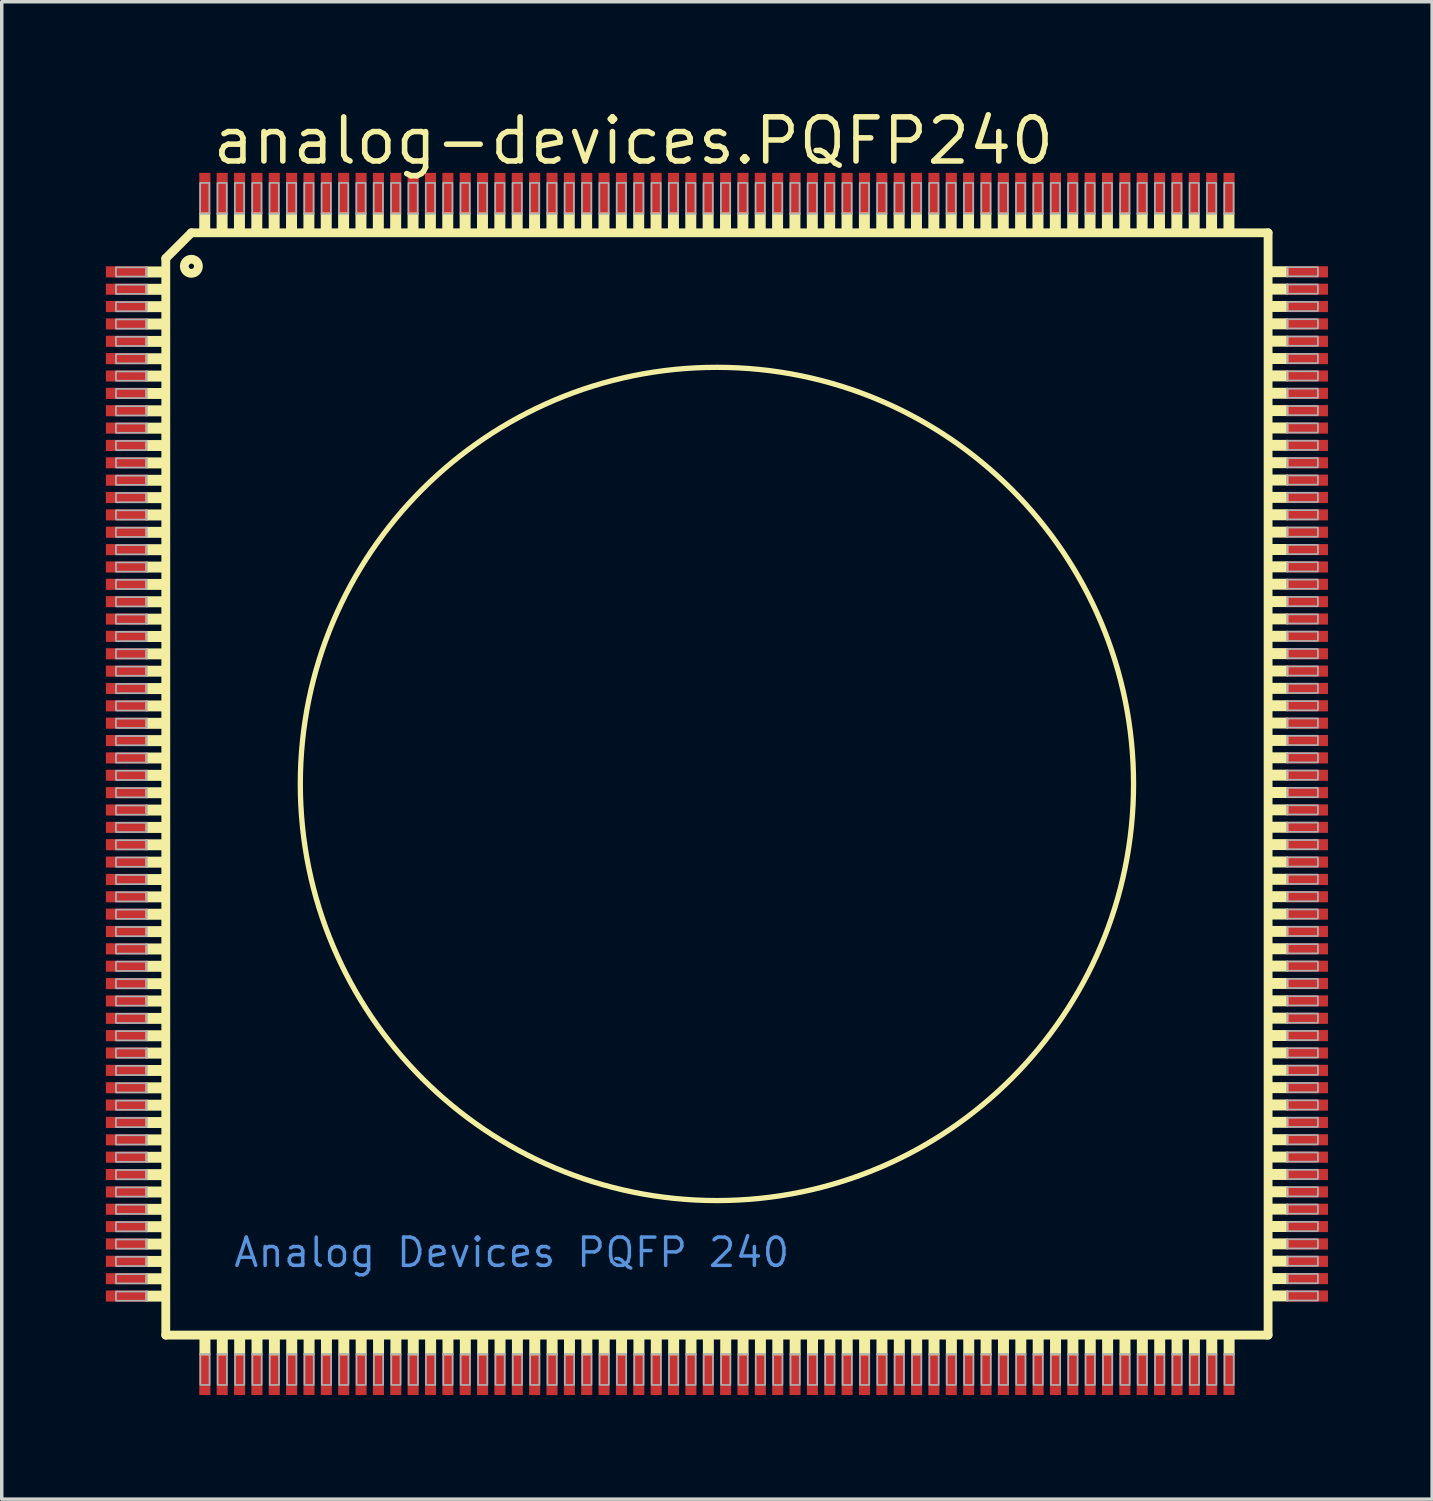
<source format=kicad_pcb>
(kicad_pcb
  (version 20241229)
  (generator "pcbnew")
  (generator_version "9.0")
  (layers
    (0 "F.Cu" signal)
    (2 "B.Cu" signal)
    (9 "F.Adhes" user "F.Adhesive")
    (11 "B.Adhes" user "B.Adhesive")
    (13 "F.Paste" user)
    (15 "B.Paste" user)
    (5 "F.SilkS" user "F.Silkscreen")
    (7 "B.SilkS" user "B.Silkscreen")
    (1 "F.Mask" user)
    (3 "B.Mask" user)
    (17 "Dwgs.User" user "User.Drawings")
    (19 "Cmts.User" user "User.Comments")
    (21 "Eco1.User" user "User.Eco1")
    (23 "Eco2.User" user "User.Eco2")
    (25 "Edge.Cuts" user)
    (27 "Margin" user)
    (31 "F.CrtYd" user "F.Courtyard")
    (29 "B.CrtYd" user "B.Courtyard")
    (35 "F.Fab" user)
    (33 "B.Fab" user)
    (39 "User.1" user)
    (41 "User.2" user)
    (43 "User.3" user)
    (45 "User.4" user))
  (footprint "analog-devices.PQFP240"
    (layer "F.Cu")
    (at 17.6 19.53)
    (property "Reference" "analog-devices.PQFP240" (at -14.605 -17.78 0) (layer "F.SilkS") (effects (font (size 1.27 1.27) (thickness 0.16)) (justify left bottom)))
    (attr smd)
    (fp_line (start -15.875 -15.138) (end -15.138 -15.875) (stroke (width 0.254) (type default)) (layer "F.SilkS"))
    (fp_line (start -15.875 15.875) (end -15.875 -15.138) (stroke (width 0.254) (type default)) (layer "F.SilkS"))
    (fp_line (start -15.138 -15.875) (end 15.875 -15.875) (stroke (width 0.254) (type default)) (layer "F.SilkS"))
    (fp_line (start 15.875 -15.875) (end 15.875 15.875) (stroke (width 0.254) (type default)) (layer "F.SilkS"))
    (fp_line (start 15.875 15.875) (end -15.875 15.875) (stroke (width 0.254) (type default)) (layer "F.SilkS"))
    (fp_rect (start -16.434 -14.614) (end -15.989 -14.88) (stroke (width 0.05) (type default)) (fill yes) (layer "F.SilkS"))
    (fp_rect (start -16.434 -14.114) (end -15.989 -14.38) (stroke (width 0.05) (type default)) (fill yes) (layer "F.SilkS"))
    (fp_rect (start -16.434 -13.614) (end -15.989 -13.88) (stroke (width 0.05) (type default)) (fill yes) (layer "F.SilkS"))
    (fp_rect (start -16.434 -13.114) (end -15.989 -13.38) (stroke (width 0.05) (type default)) (fill yes) (layer "F.SilkS"))
    (fp_rect (start -16.434 -12.614) (end -15.989 -12.88) (stroke (width 0.05) (type default)) (fill yes) (layer "F.SilkS"))
    (fp_rect (start -16.434 -12.114) (end -15.989 -12.38) (stroke (width 0.05) (type default)) (fill yes) (layer "F.SilkS"))
    (fp_rect (start -16.434 -11.614) (end -15.989 -11.88) (stroke (width 0.05) (type default)) (fill yes) (layer "F.SilkS"))
    (fp_rect (start -16.434 -11.114) (end -15.989 -11.38) (stroke (width 0.05) (type default)) (fill yes) (layer "F.SilkS"))
    (fp_rect (start -16.434 -10.614) (end -15.989 -10.88) (stroke (width 0.05) (type default)) (fill yes) (layer "F.SilkS"))
    (fp_rect (start -16.434 -10.114) (end -15.989 -10.38) (stroke (width 0.05) (type default)) (fill yes) (layer "F.SilkS"))
    (fp_rect (start -16.434 -9.614) (end -15.989 -9.88) (stroke (width 0.05) (type default)) (fill yes) (layer "F.SilkS"))
    (fp_rect (start -16.434 -9.114) (end -15.989 -9.38) (stroke (width 0.05) (type default)) (fill yes) (layer "F.SilkS"))
    (fp_rect (start -16.434 -8.614) (end -15.989 -8.88) (stroke (width 0.05) (type default)) (fill yes) (layer "F.SilkS"))
    (fp_rect (start -16.434 -8.114) (end -15.989 -8.38) (stroke (width 0.05) (type default)) (fill yes) (layer "F.SilkS"))
    (fp_rect (start -16.434 -7.614) (end -15.989 -7.88) (stroke (width 0.05) (type default)) (fill yes) (layer "F.SilkS"))
    (fp_rect (start -16.434 -7.114) (end -15.989 -7.38) (stroke (width 0.05) (type default)) (fill yes) (layer "F.SilkS"))
    (fp_rect (start -16.434 -6.614) (end -15.989 -6.88) (stroke (width 0.05) (type default)) (fill yes) (layer "F.SilkS"))
    (fp_rect (start -16.434 -6.114) (end -15.989 -6.38) (stroke (width 0.05) (type default)) (fill yes) (layer "F.SilkS"))
    (fp_rect (start -16.434 -5.614) (end -15.989 -5.88) (stroke (width 0.05) (type default)) (fill yes) (layer "F.SilkS"))
    (fp_rect (start -16.434 -5.114) (end -15.989 -5.38) (stroke (width 0.05) (type default)) (fill yes) (layer "F.SilkS"))
    (fp_rect (start -16.434 -4.614) (end -15.989 -4.88) (stroke (width 0.05) (type default)) (fill yes) (layer "F.SilkS"))
    (fp_rect (start -16.434 -4.114) (end -15.989 -4.38) (stroke (width 0.05) (type default)) (fill yes) (layer "F.SilkS"))
    (fp_rect (start -16.434 -3.614) (end -15.989 -3.88) (stroke (width 0.05) (type default)) (fill yes) (layer "F.SilkS"))
    (fp_rect (start -16.434 -3.114) (end -15.989 -3.38) (stroke (width 0.05) (type default)) (fill yes) (layer "F.SilkS"))
    (fp_rect (start -16.434 -2.614) (end -15.989 -2.88) (stroke (width 0.05) (type default)) (fill yes) (layer "F.SilkS"))
    (fp_rect (start -16.434 -2.114) (end -15.989 -2.38) (stroke (width 0.05) (type default)) (fill yes) (layer "F.SilkS"))
    (fp_rect (start -16.434 -1.614) (end -15.989 -1.88) (stroke (width 0.05) (type default)) (fill yes) (layer "F.SilkS"))
    (fp_rect (start -16.434 -1.114) (end -15.989 -1.38) (stroke (width 0.05) (type default)) (fill yes) (layer "F.SilkS"))
    (fp_rect (start -16.434 -0.614) (end -15.989 -0.88) (stroke (width 0.05) (type default)) (fill yes) (layer "F.SilkS"))
    (fp_rect (start -16.434 -0.114) (end -15.989 -0.38) (stroke (width 0.05) (type default)) (fill yes) (layer "F.SilkS"))
    (fp_rect (start -16.434 0.386) (end -15.989 0.12) (stroke (width 0.05) (type default)) (fill yes) (layer "F.SilkS"))
    (fp_rect (start -16.434 0.886) (end -15.989 0.62) (stroke (width 0.05) (type default)) (fill yes) (layer "F.SilkS"))
    (fp_rect (start -16.434 1.386) (end -15.989 1.12) (stroke (width 0.05) (type default)) (fill yes) (layer "F.SilkS"))
    (fp_rect (start -16.434 1.886) (end -15.989 1.62) (stroke (width 0.05) (type default)) (fill yes) (layer "F.SilkS"))
    (fp_rect (start -16.434 2.386) (end -15.989 2.12) (stroke (width 0.05) (type default)) (fill yes) (layer "F.SilkS"))
    (fp_rect (start -16.434 2.886) (end -15.989 2.62) (stroke (width 0.05) (type default)) (fill yes) (layer "F.SilkS"))
    (fp_rect (start -16.434 3.386) (end -15.989 3.12) (stroke (width 0.05) (type default)) (fill yes) (layer "F.SilkS"))
    (fp_rect (start -16.434 3.886) (end -15.989 3.62) (stroke (width 0.05) (type default)) (fill yes) (layer "F.SilkS"))
    (fp_rect (start -16.434 4.386) (end -15.989 4.12) (stroke (width 0.05) (type default)) (fill yes) (layer "F.SilkS"))
    (fp_rect (start -16.434 4.886) (end -15.989 4.62) (stroke (width 0.05) (type default)) (fill yes) (layer "F.SilkS"))
    (fp_rect (start -16.434 5.386) (end -15.989 5.12) (stroke (width 0.05) (type default)) (fill yes) (layer "F.SilkS"))
    (fp_rect (start -16.434 5.886) (end -15.989 5.62) (stroke (width 0.05) (type default)) (fill yes) (layer "F.SilkS"))
    (fp_rect (start -16.434 6.386) (end -15.989 6.12) (stroke (width 0.05) (type default)) (fill yes) (layer "F.SilkS"))
    (fp_rect (start -16.434 6.886) (end -15.989 6.62) (stroke (width 0.05) (type default)) (fill yes) (layer "F.SilkS"))
    (fp_rect (start -16.434 7.386) (end -15.989 7.12) (stroke (width 0.05) (type default)) (fill yes) (layer "F.SilkS"))
    (fp_rect (start -16.434 7.886) (end -15.989 7.62) (stroke (width 0.05) (type default)) (fill yes) (layer "F.SilkS"))
    (fp_rect (start -16.434 8.386) (end -15.989 8.12) (stroke (width 0.05) (type default)) (fill yes) (layer "F.SilkS"))
    (fp_rect (start -16.434 8.886) (end -15.989 8.62) (stroke (width 0.05) (type default)) (fill yes) (layer "F.SilkS"))
    (fp_rect (start -16.434 9.386) (end -15.989 9.12) (stroke (width 0.05) (type default)) (fill yes) (layer "F.SilkS"))
    (fp_rect (start -16.434 9.886) (end -15.989 9.62) (stroke (width 0.05) (type default)) (fill yes) (layer "F.SilkS"))
    (fp_rect (start -16.434 10.386) (end -15.989 10.12) (stroke (width 0.05) (type default)) (fill yes) (layer "F.SilkS"))
    (fp_rect (start -16.434 10.886) (end -15.989 10.62) (stroke (width 0.05) (type default)) (fill yes) (layer "F.SilkS"))
    (fp_rect (start -16.434 11.386) (end -15.989 11.12) (stroke (width 0.05) (type default)) (fill yes) (layer "F.SilkS"))
    (fp_rect (start -16.434 11.886) (end -15.989 11.62) (stroke (width 0.05) (type default)) (fill yes) (layer "F.SilkS"))
    (fp_rect (start -16.434 12.386) (end -15.989 12.12) (stroke (width 0.05) (type default)) (fill yes) (layer "F.SilkS"))
    (fp_rect (start -16.434 12.886) (end -15.989 12.62) (stroke (width 0.05) (type default)) (fill yes) (layer "F.SilkS"))
    (fp_rect (start -16.434 13.386) (end -15.989 13.12) (stroke (width 0.05) (type default)) (fill yes) (layer "F.SilkS"))
    (fp_rect (start -16.434 13.886) (end -15.989 13.62) (stroke (width 0.05) (type default)) (fill yes) (layer "F.SilkS"))
    (fp_rect (start -16.434 14.386) (end -15.989 14.12) (stroke (width 0.05) (type default)) (fill yes) (layer "F.SilkS"))
    (fp_rect (start -16.434 14.886) (end -15.989 14.62) (stroke (width 0.05) (type default)) (fill yes) (layer "F.SilkS"))
    (fp_rect (start -14.886 -15.989) (end -14.62 -16.434) (stroke (width 0.05) (type default)) (fill yes) (layer "F.SilkS"))
    (fp_rect (start -14.88 16.434) (end -14.614 15.989) (stroke (width 0.05) (type default)) (fill yes) (layer "F.SilkS"))
    (fp_rect (start -14.386 -15.989) (end -14.12 -16.434) (stroke (width 0.05) (type default)) (fill yes) (layer "F.SilkS"))
    (fp_rect (start -14.38 16.434) (end -14.114 15.989) (stroke (width 0.05) (type default)) (fill yes) (layer "F.SilkS"))
    (fp_rect (start -13.886 -15.989) (end -13.62 -16.434) (stroke (width 0.05) (type default)) (fill yes) (layer "F.SilkS"))
    (fp_rect (start -13.88 16.434) (end -13.614 15.989) (stroke (width 0.05) (type default)) (fill yes) (layer "F.SilkS"))
    (fp_rect (start -13.386 -15.989) (end -13.12 -16.434) (stroke (width 0.05) (type default)) (fill yes) (layer "F.SilkS"))
    (fp_rect (start -13.38 16.434) (end -13.114 15.989) (stroke (width 0.05) (type default)) (fill yes) (layer "F.SilkS"))
    (fp_rect (start -12.886 -15.989) (end -12.62 -16.434) (stroke (width 0.05) (type default)) (fill yes) (layer "F.SilkS"))
    (fp_rect (start -12.88 16.434) (end -12.614 15.989) (stroke (width 0.05) (type default)) (fill yes) (layer "F.SilkS"))
    (fp_rect (start -12.386 -15.989) (end -12.12 -16.434) (stroke (width 0.05) (type default)) (fill yes) (layer "F.SilkS"))
    (fp_rect (start -12.38 16.434) (end -12.114 15.989) (stroke (width 0.05) (type default)) (fill yes) (layer "F.SilkS"))
    (fp_rect (start -11.886 -15.989) (end -11.62 -16.434) (stroke (width 0.05) (type default)) (fill yes) (layer "F.SilkS"))
    (fp_rect (start -11.88 16.434) (end -11.614 15.989) (stroke (width 0.05) (type default)) (fill yes) (layer "F.SilkS"))
    (fp_rect (start -11.386 -15.989) (end -11.12 -16.434) (stroke (width 0.05) (type default)) (fill yes) (layer "F.SilkS"))
    (fp_rect (start -11.38 16.434) (end -11.114 15.989) (stroke (width 0.05) (type default)) (fill yes) (layer "F.SilkS"))
    (fp_rect (start -10.886 -15.989) (end -10.62 -16.434) (stroke (width 0.05) (type default)) (fill yes) (layer "F.SilkS"))
    (fp_rect (start -10.88 16.434) (end -10.614 15.989) (stroke (width 0.05) (type default)) (fill yes) (layer "F.SilkS"))
    (fp_rect (start -10.386 -15.989) (end -10.12 -16.434) (stroke (width 0.05) (type default)) (fill yes) (layer "F.SilkS"))
    (fp_rect (start -10.38 16.434) (end -10.114 15.989) (stroke (width 0.05) (type default)) (fill yes) (layer "F.SilkS"))
    (fp_rect (start -9.886 -15.989) (end -9.62 -16.434) (stroke (width 0.05) (type default)) (fill yes) (layer "F.SilkS"))
    (fp_rect (start -9.88 16.434) (end -9.614 15.989) (stroke (width 0.05) (type default)) (fill yes) (layer "F.SilkS"))
    (fp_rect (start -9.386 -15.989) (end -9.12 -16.434) (stroke (width 0.05) (type default)) (fill yes) (layer "F.SilkS"))
    (fp_rect (start -9.38 16.434) (end -9.114 15.989) (stroke (width 0.05) (type default)) (fill yes) (layer "F.SilkS"))
    (fp_rect (start -8.886 -15.989) (end -8.62 -16.434) (stroke (width 0.05) (type default)) (fill yes) (layer "F.SilkS"))
    (fp_rect (start -8.88 16.434) (end -8.614 15.989) (stroke (width 0.05) (type default)) (fill yes) (layer "F.SilkS"))
    (fp_rect (start -8.386 -15.989) (end -8.12 -16.434) (stroke (width 0.05) (type default)) (fill yes) (layer "F.SilkS"))
    (fp_rect (start -8.38 16.434) (end -8.114 15.989) (stroke (width 0.05) (type default)) (fill yes) (layer "F.SilkS"))
    (fp_rect (start -7.886 -15.989) (end -7.62 -16.434) (stroke (width 0.05) (type default)) (fill yes) (layer "F.SilkS"))
    (fp_rect (start -7.88 16.434) (end -7.614 15.989) (stroke (width 0.05) (type default)) (fill yes) (layer "F.SilkS"))
    (fp_rect (start -7.386 -15.989) (end -7.12 -16.434) (stroke (width 0.05) (type default)) (fill yes) (layer "F.SilkS"))
    (fp_rect (start -7.38 16.434) (end -7.114 15.989) (stroke (width 0.05) (type default)) (fill yes) (layer "F.SilkS"))
    (fp_rect (start -6.886 -15.989) (end -6.62 -16.434) (stroke (width 0.05) (type default)) (fill yes) (layer "F.SilkS"))
    (fp_rect (start -6.88 16.434) (end -6.614 15.989) (stroke (width 0.05) (type default)) (fill yes) (layer "F.SilkS"))
    (fp_rect (start -6.386 -15.989) (end -6.12 -16.434) (stroke (width 0.05) (type default)) (fill yes) (layer "F.SilkS"))
    (fp_rect (start -6.38 16.434) (end -6.114 15.989) (stroke (width 0.05) (type default)) (fill yes) (layer "F.SilkS"))
    (fp_rect (start -5.886 -15.989) (end -5.62 -16.434) (stroke (width 0.05) (type default)) (fill yes) (layer "F.SilkS"))
    (fp_rect (start -5.88 16.434) (end -5.614 15.989) (stroke (width 0.05) (type default)) (fill yes) (layer "F.SilkS"))
    (fp_rect (start -5.386 -15.989) (end -5.12 -16.434) (stroke (width 0.05) (type default)) (fill yes) (layer "F.SilkS"))
    (fp_rect (start -5.38 16.434) (end -5.114 15.989) (stroke (width 0.05) (type default)) (fill yes) (layer "F.SilkS"))
    (fp_rect (start -4.886 -15.989) (end -4.62 -16.434) (stroke (width 0.05) (type default)) (fill yes) (layer "F.SilkS"))
    (fp_rect (start -4.88 16.434) (end -4.614 15.989) (stroke (width 0.05) (type default)) (fill yes) (layer "F.SilkS"))
    (fp_rect (start -4.386 -15.989) (end -4.12 -16.434) (stroke (width 0.05) (type default)) (fill yes) (layer "F.SilkS"))
    (fp_rect (start -4.38 16.434) (end -4.114 15.989) (stroke (width 0.05) (type default)) (fill yes) (layer "F.SilkS"))
    (fp_rect (start -3.886 -15.989) (end -3.62 -16.434) (stroke (width 0.05) (type default)) (fill yes) (layer "F.SilkS"))
    (fp_rect (start -3.88 16.434) (end -3.614 15.989) (stroke (width 0.05) (type default)) (fill yes) (layer "F.SilkS"))
    (fp_rect (start -3.386 -15.989) (end -3.12 -16.434) (stroke (width 0.05) (type default)) (fill yes) (layer "F.SilkS"))
    (fp_rect (start -3.38 16.434) (end -3.114 15.989) (stroke (width 0.05) (type default)) (fill yes) (layer "F.SilkS"))
    (fp_rect (start -2.886 -15.989) (end -2.62 -16.434) (stroke (width 0.05) (type default)) (fill yes) (layer "F.SilkS"))
    (fp_rect (start -2.88 16.434) (end -2.614 15.989) (stroke (width 0.05) (type default)) (fill yes) (layer "F.SilkS"))
    (fp_rect (start -2.386 -15.989) (end -2.12 -16.434) (stroke (width 0.05) (type default)) (fill yes) (layer "F.SilkS"))
    (fp_rect (start -2.38 16.434) (end -2.114 15.989) (stroke (width 0.05) (type default)) (fill yes) (layer "F.SilkS"))
    (fp_rect (start -1.886 -15.989) (end -1.62 -16.434) (stroke (width 0.05) (type default)) (fill yes) (layer "F.SilkS"))
    (fp_rect (start -1.88 16.434) (end -1.614 15.989) (stroke (width 0.05) (type default)) (fill yes) (layer "F.SilkS"))
    (fp_rect (start -1.386 -15.989) (end -1.12 -16.434) (stroke (width 0.05) (type default)) (fill yes) (layer "F.SilkS"))
    (fp_rect (start -1.38 16.434) (end -1.114 15.989) (stroke (width 0.05) (type default)) (fill yes) (layer "F.SilkS"))
    (fp_rect (start -0.886 -15.989) (end -0.62 -16.434) (stroke (width 0.05) (type default)) (fill yes) (layer "F.SilkS"))
    (fp_rect (start -0.88 16.434) (end -0.614 15.989) (stroke (width 0.05) (type default)) (fill yes) (layer "F.SilkS"))
    (fp_rect (start -0.386 -15.989) (end -0.12 -16.434) (stroke (width 0.05) (type default)) (fill yes) (layer "F.SilkS"))
    (fp_rect (start -0.38 16.434) (end -0.114 15.989) (stroke (width 0.05) (type default)) (fill yes) (layer "F.SilkS"))
    (fp_rect (start 0.114 -15.989) (end 0.38 -16.434) (stroke (width 0.05) (type default)) (fill yes) (layer "F.SilkS"))
    (fp_rect (start 0.12 16.434) (end 0.386 15.989) (stroke (width 0.05) (type default)) (fill yes) (layer "F.SilkS"))
    (fp_rect (start 0.614 -15.989) (end 0.88 -16.434) (stroke (width 0.05) (type default)) (fill yes) (layer "F.SilkS"))
    (fp_rect (start 0.62 16.434) (end 0.886 15.989) (stroke (width 0.05) (type default)) (fill yes) (layer "F.SilkS"))
    (fp_rect (start 1.114 -15.989) (end 1.38 -16.434) (stroke (width 0.05) (type default)) (fill yes) (layer "F.SilkS"))
    (fp_rect (start 1.12 16.434) (end 1.386 15.989) (stroke (width 0.05) (type default)) (fill yes) (layer "F.SilkS"))
    (fp_rect (start 1.614 -15.989) (end 1.88 -16.434) (stroke (width 0.05) (type default)) (fill yes) (layer "F.SilkS"))
    (fp_rect (start 1.62 16.434) (end 1.886 15.989) (stroke (width 0.05) (type default)) (fill yes) (layer "F.SilkS"))
    (fp_rect (start 2.114 -15.989) (end 2.38 -16.434) (stroke (width 0.05) (type default)) (fill yes) (layer "F.SilkS"))
    (fp_rect (start 2.12 16.434) (end 2.386 15.989) (stroke (width 0.05) (type default)) (fill yes) (layer "F.SilkS"))
    (fp_rect (start 2.614 -15.989) (end 2.88 -16.434) (stroke (width 0.05) (type default)) (fill yes) (layer "F.SilkS"))
    (fp_rect (start 2.62 16.434) (end 2.886 15.989) (stroke (width 0.05) (type default)) (fill yes) (layer "F.SilkS"))
    (fp_rect (start 3.114 -15.989) (end 3.38 -16.434) (stroke (width 0.05) (type default)) (fill yes) (layer "F.SilkS"))
    (fp_rect (start 3.12 16.434) (end 3.386 15.989) (stroke (width 0.05) (type default)) (fill yes) (layer "F.SilkS"))
    (fp_rect (start 3.614 -15.989) (end 3.88 -16.434) (stroke (width 0.05) (type default)) (fill yes) (layer "F.SilkS"))
    (fp_rect (start 3.62 16.434) (end 3.886 15.989) (stroke (width 0.05) (type default)) (fill yes) (layer "F.SilkS"))
    (fp_rect (start 4.114 -15.989) (end 4.38 -16.434) (stroke (width 0.05) (type default)) (fill yes) (layer "F.SilkS"))
    (fp_rect (start 4.12 16.434) (end 4.386 15.989) (stroke (width 0.05) (type default)) (fill yes) (layer "F.SilkS"))
    (fp_rect (start 4.614 -15.989) (end 4.88 -16.434) (stroke (width 0.05) (type default)) (fill yes) (layer "F.SilkS"))
    (fp_rect (start 4.62 16.434) (end 4.886 15.989) (stroke (width 0.05) (type default)) (fill yes) (layer "F.SilkS"))
    (fp_rect (start 5.114 -15.989) (end 5.38 -16.434) (stroke (width 0.05) (type default)) (fill yes) (layer "F.SilkS"))
    (fp_rect (start 5.12 16.434) (end 5.386 15.989) (stroke (width 0.05) (type default)) (fill yes) (layer "F.SilkS"))
    (fp_rect (start 5.614 -15.989) (end 5.88 -16.434) (stroke (width 0.05) (type default)) (fill yes) (layer "F.SilkS"))
    (fp_rect (start 5.62 16.434) (end 5.886 15.989) (stroke (width 0.05) (type default)) (fill yes) (layer "F.SilkS"))
    (fp_rect (start 6.114 -15.989) (end 6.38 -16.434) (stroke (width 0.05) (type default)) (fill yes) (layer "F.SilkS"))
    (fp_rect (start 6.12 16.434) (end 6.386 15.989) (stroke (width 0.05) (type default)) (fill yes) (layer "F.SilkS"))
    (fp_rect (start 6.614 -15.989) (end 6.88 -16.434) (stroke (width 0.05) (type default)) (fill yes) (layer "F.SilkS"))
    (fp_rect (start 6.62 16.434) (end 6.886 15.989) (stroke (width 0.05) (type default)) (fill yes) (layer "F.SilkS"))
    (fp_rect (start 7.114 -15.989) (end 7.38 -16.434) (stroke (width 0.05) (type default)) (fill yes) (layer "F.SilkS"))
    (fp_rect (start 7.12 16.434) (end 7.386 15.989) (stroke (width 0.05) (type default)) (fill yes) (layer "F.SilkS"))
    (fp_rect (start 7.614 -15.989) (end 7.88 -16.434) (stroke (width 0.05) (type default)) (fill yes) (layer "F.SilkS"))
    (fp_rect (start 7.62 16.434) (end 7.886 15.989) (stroke (width 0.05) (type default)) (fill yes) (layer "F.SilkS"))
    (fp_rect (start 8.114 -15.989) (end 8.38 -16.434) (stroke (width 0.05) (type default)) (fill yes) (layer "F.SilkS"))
    (fp_rect (start 8.12 16.434) (end 8.386 15.989) (stroke (width 0.05) (type default)) (fill yes) (layer "F.SilkS"))
    (fp_rect (start 8.614 -15.989) (end 8.88 -16.434) (stroke (width 0.05) (type default)) (fill yes) (layer "F.SilkS"))
    (fp_rect (start 8.62 16.434) (end 8.886 15.989) (stroke (width 0.05) (type default)) (fill yes) (layer "F.SilkS"))
    (fp_rect (start 9.114 -15.989) (end 9.38 -16.434) (stroke (width 0.05) (type default)) (fill yes) (layer "F.SilkS"))
    (fp_rect (start 9.12 16.434) (end 9.386 15.989) (stroke (width 0.05) (type default)) (fill yes) (layer "F.SilkS"))
    (fp_rect (start 9.614 -15.989) (end 9.88 -16.434) (stroke (width 0.05) (type default)) (fill yes) (layer "F.SilkS"))
    (fp_rect (start 9.62 16.434) (end 9.886 15.989) (stroke (width 0.05) (type default)) (fill yes) (layer "F.SilkS"))
    (fp_rect (start 10.114 -15.989) (end 10.38 -16.434) (stroke (width 0.05) (type default)) (fill yes) (layer "F.SilkS"))
    (fp_rect (start 10.12 16.434) (end 10.386 15.989) (stroke (width 0.05) (type default)) (fill yes) (layer "F.SilkS"))
    (fp_rect (start 10.614 -15.989) (end 10.88 -16.434) (stroke (width 0.05) (type default)) (fill yes) (layer "F.SilkS"))
    (fp_rect (start 10.62 16.434) (end 10.886 15.989) (stroke (width 0.05) (type default)) (fill yes) (layer "F.SilkS"))
    (fp_rect (start 11.114 -15.989) (end 11.38 -16.434) (stroke (width 0.05) (type default)) (fill yes) (layer "F.SilkS"))
    (fp_rect (start 11.12 16.434) (end 11.386 15.989) (stroke (width 0.05) (type default)) (fill yes) (layer "F.SilkS"))
    (fp_rect (start 11.614 -15.989) (end 11.88 -16.434) (stroke (width 0.05) (type default)) (fill yes) (layer "F.SilkS"))
    (fp_rect (start 11.62 16.434) (end 11.886 15.989) (stroke (width 0.05) (type default)) (fill yes) (layer "F.SilkS"))
    (fp_rect (start 12.114 -15.989) (end 12.38 -16.434) (stroke (width 0.05) (type default)) (fill yes) (layer "F.SilkS"))
    (fp_rect (start 12.12 16.434) (end 12.386 15.989) (stroke (width 0.05) (type default)) (fill yes) (layer "F.SilkS"))
    (fp_rect (start 12.614 -15.989) (end 12.88 -16.434) (stroke (width 0.05) (type default)) (fill yes) (layer "F.SilkS"))
    (fp_rect (start 12.62 16.434) (end 12.886 15.989) (stroke (width 0.05) (type default)) (fill yes) (layer "F.SilkS"))
    (fp_rect (start 13.114 -15.989) (end 13.38 -16.434) (stroke (width 0.05) (type default)) (fill yes) (layer "F.SilkS"))
    (fp_rect (start 13.12 16.434) (end 13.386 15.989) (stroke (width 0.05) (type default)) (fill yes) (layer "F.SilkS"))
    (fp_rect (start 13.614 -15.989) (end 13.88 -16.434) (stroke (width 0.05) (type default)) (fill yes) (layer "F.SilkS"))
    (fp_rect (start 13.62 16.434) (end 13.886 15.989) (stroke (width 0.05) (type default)) (fill yes) (layer "F.SilkS"))
    (fp_rect (start 14.114 -15.989) (end 14.38 -16.434) (stroke (width 0.05) (type default)) (fill yes) (layer "F.SilkS"))
    (fp_rect (start 14.12 16.434) (end 14.386 15.989) (stroke (width 0.05) (type default)) (fill yes) (layer "F.SilkS"))
    (fp_rect (start 14.614 -15.989) (end 14.88 -16.434) (stroke (width 0.05) (type default)) (fill yes) (layer "F.SilkS"))
    (fp_rect (start 14.62 16.434) (end 14.886 15.989) (stroke (width 0.05) (type default)) (fill yes) (layer "F.SilkS"))
    (fp_rect (start 15.989 -14.62) (end 16.434 -14.886) (stroke (width 0.05) (type default)) (fill yes) (layer "F.SilkS"))
    (fp_rect (start 15.989 -14.12) (end 16.434 -14.386) (stroke (width 0.05) (type default)) (fill yes) (layer "F.SilkS"))
    (fp_rect (start 15.989 -13.62) (end 16.434 -13.886) (stroke (width 0.05) (type default)) (fill yes) (layer "F.SilkS"))
    (fp_rect (start 15.989 -13.12) (end 16.434 -13.386) (stroke (width 0.05) (type default)) (fill yes) (layer "F.SilkS"))
    (fp_rect (start 15.989 -12.62) (end 16.434 -12.886) (stroke (width 0.05) (type default)) (fill yes) (layer "F.SilkS"))
    (fp_rect (start 15.989 -12.12) (end 16.434 -12.386) (stroke (width 0.05) (type default)) (fill yes) (layer "F.SilkS"))
    (fp_rect (start 15.989 -11.62) (end 16.434 -11.886) (stroke (width 0.05) (type default)) (fill yes) (layer "F.SilkS"))
    (fp_rect (start 15.989 -11.12) (end 16.434 -11.386) (stroke (width 0.05) (type default)) (fill yes) (layer "F.SilkS"))
    (fp_rect (start 15.989 -10.62) (end 16.434 -10.886) (stroke (width 0.05) (type default)) (fill yes) (layer "F.SilkS"))
    (fp_rect (start 15.989 -10.12) (end 16.434 -10.386) (stroke (width 0.05) (type default)) (fill yes) (layer "F.SilkS"))
    (fp_rect (start 15.989 -9.62) (end 16.434 -9.886) (stroke (width 0.05) (type default)) (fill yes) (layer "F.SilkS"))
    (fp_rect (start 15.989 -9.12) (end 16.434 -9.386) (stroke (width 0.05) (type default)) (fill yes) (layer "F.SilkS"))
    (fp_rect (start 15.989 -8.62) (end 16.434 -8.886) (stroke (width 0.05) (type default)) (fill yes) (layer "F.SilkS"))
    (fp_rect (start 15.989 -8.12) (end 16.434 -8.386) (stroke (width 0.05) (type default)) (fill yes) (layer "F.SilkS"))
    (fp_rect (start 15.989 -7.62) (end 16.434 -7.886) (stroke (width 0.05) (type default)) (fill yes) (layer "F.SilkS"))
    (fp_rect (start 15.989 -7.12) (end 16.434 -7.386) (stroke (width 0.05) (type default)) (fill yes) (layer "F.SilkS"))
    (fp_rect (start 15.989 -6.62) (end 16.434 -6.886) (stroke (width 0.05) (type default)) (fill yes) (layer "F.SilkS"))
    (fp_rect (start 15.989 -6.12) (end 16.434 -6.386) (stroke (width 0.05) (type default)) (fill yes) (layer "F.SilkS"))
    (fp_rect (start 15.989 -5.62) (end 16.434 -5.886) (stroke (width 0.05) (type default)) (fill yes) (layer "F.SilkS"))
    (fp_rect (start 15.989 -5.12) (end 16.434 -5.386) (stroke (width 0.05) (type default)) (fill yes) (layer "F.SilkS"))
    (fp_rect (start 15.989 -4.62) (end 16.434 -4.886) (stroke (width 0.05) (type default)) (fill yes) (layer "F.SilkS"))
    (fp_rect (start 15.989 -4.12) (end 16.434 -4.386) (stroke (width 0.05) (type default)) (fill yes) (layer "F.SilkS"))
    (fp_rect (start 15.989 -3.62) (end 16.434 -3.886) (stroke (width 0.05) (type default)) (fill yes) (layer "F.SilkS"))
    (fp_rect (start 15.989 -3.12) (end 16.434 -3.386) (stroke (width 0.05) (type default)) (fill yes) (layer "F.SilkS"))
    (fp_rect (start 15.989 -2.62) (end 16.434 -2.886) (stroke (width 0.05) (type default)) (fill yes) (layer "F.SilkS"))
    (fp_rect (start 15.989 -2.12) (end 16.434 -2.386) (stroke (width 0.05) (type default)) (fill yes) (layer "F.SilkS"))
    (fp_rect (start 15.989 -1.62) (end 16.434 -1.886) (stroke (width 0.05) (type default)) (fill yes) (layer "F.SilkS"))
    (fp_rect (start 15.989 -1.12) (end 16.434 -1.386) (stroke (width 0.05) (type default)) (fill yes) (layer "F.SilkS"))
    (fp_rect (start 15.989 -0.62) (end 16.434 -0.886) (stroke (width 0.05) (type default)) (fill yes) (layer "F.SilkS"))
    (fp_rect (start 15.989 -0.12) (end 16.434 -0.386) (stroke (width 0.05) (type default)) (fill yes) (layer "F.SilkS"))
    (fp_rect (start 15.989 0.38) (end 16.434 0.114) (stroke (width 0.05) (type default)) (fill yes) (layer "F.SilkS"))
    (fp_rect (start 15.989 0.88) (end 16.434 0.614) (stroke (width 0.05) (type default)) (fill yes) (layer "F.SilkS"))
    (fp_rect (start 15.989 1.38) (end 16.434 1.114) (stroke (width 0.05) (type default)) (fill yes) (layer "F.SilkS"))
    (fp_rect (start 15.989 1.88) (end 16.434 1.614) (stroke (width 0.05) (type default)) (fill yes) (layer "F.SilkS"))
    (fp_rect (start 15.989 2.38) (end 16.434 2.114) (stroke (width 0.05) (type default)) (fill yes) (layer "F.SilkS"))
    (fp_rect (start 15.989 2.88) (end 16.434 2.614) (stroke (width 0.05) (type default)) (fill yes) (layer "F.SilkS"))
    (fp_rect (start 15.989 3.38) (end 16.434 3.114) (stroke (width 0.05) (type default)) (fill yes) (layer "F.SilkS"))
    (fp_rect (start 15.989 3.88) (end 16.434 3.614) (stroke (width 0.05) (type default)) (fill yes) (layer "F.SilkS"))
    (fp_rect (start 15.989 4.38) (end 16.434 4.114) (stroke (width 0.05) (type default)) (fill yes) (layer "F.SilkS"))
    (fp_rect (start 15.989 4.88) (end 16.434 4.614) (stroke (width 0.05) (type default)) (fill yes) (layer "F.SilkS"))
    (fp_rect (start 15.989 5.38) (end 16.434 5.114) (stroke (width 0.05) (type default)) (fill yes) (layer "F.SilkS"))
    (fp_rect (start 15.989 5.88) (end 16.434 5.614) (stroke (width 0.05) (type default)) (fill yes) (layer "F.SilkS"))
    (fp_rect (start 15.989 6.38) (end 16.434 6.114) (stroke (width 0.05) (type default)) (fill yes) (layer "F.SilkS"))
    (fp_rect (start 15.989 6.88) (end 16.434 6.614) (stroke (width 0.05) (type default)) (fill yes) (layer "F.SilkS"))
    (fp_rect (start 15.989 7.38) (end 16.434 7.114) (stroke (width 0.05) (type default)) (fill yes) (layer "F.SilkS"))
    (fp_rect (start 15.989 7.88) (end 16.434 7.614) (stroke (width 0.05) (type default)) (fill yes) (layer "F.SilkS"))
    (fp_rect (start 15.989 8.38) (end 16.434 8.114) (stroke (width 0.05) (type default)) (fill yes) (layer "F.SilkS"))
    (fp_rect (start 15.989 8.88) (end 16.434 8.614) (stroke (width 0.05) (type default)) (fill yes) (layer "F.SilkS"))
    (fp_rect (start 15.989 9.38) (end 16.434 9.114) (stroke (width 0.05) (type default)) (fill yes) (layer "F.SilkS"))
    (fp_rect (start 15.989 9.88) (end 16.434 9.614) (stroke (width 0.05) (type default)) (fill yes) (layer "F.SilkS"))
    (fp_rect (start 15.989 10.38) (end 16.434 10.114) (stroke (width 0.05) (type default)) (fill yes) (layer "F.SilkS"))
    (fp_rect (start 15.989 10.88) (end 16.434 10.614) (stroke (width 0.05) (type default)) (fill yes) (layer "F.SilkS"))
    (fp_rect (start 15.989 11.38) (end 16.434 11.114) (stroke (width 0.05) (type default)) (fill yes) (layer "F.SilkS"))
    (fp_rect (start 15.989 11.88) (end 16.434 11.614) (stroke (width 0.05) (type default)) (fill yes) (layer "F.SilkS"))
    (fp_rect (start 15.989 12.38) (end 16.434 12.114) (stroke (width 0.05) (type default)) (fill yes) (layer "F.SilkS"))
    (fp_rect (start 15.989 12.88) (end 16.434 12.614) (stroke (width 0.05) (type default)) (fill yes) (layer "F.SilkS"))
    (fp_rect (start 15.989 13.38) (end 16.434 13.114) (stroke (width 0.05) (type default)) (fill yes) (layer "F.SilkS"))
    (fp_rect (start 15.989 13.88) (end 16.434 13.614) (stroke (width 0.05) (type default)) (fill yes) (layer "F.SilkS"))
    (fp_rect (start 15.989 14.38) (end 16.434 14.114) (stroke (width 0.05) (type default)) (fill yes) (layer "F.SilkS"))
    (fp_rect (start 15.989 14.88) (end 16.434 14.614) (stroke (width 0.05) (type default)) (fill yes) (layer "F.SilkS"))
    (fp_circle (center -15.138 -14.91) (end -14.935 -14.91) (stroke (width 0.254) (type default)) (fill no) (layer "F.SilkS"))
    (fp_circle (center 0 0) (end 12 0) (stroke (width 0.152) (type default)) (fill no) (layer "F.SilkS"))
    (fp_rect (start -17.31 -14.614) (end -16.421 -14.88) (stroke (width 0.05) (type default)) (fill no) (layer "F.Fab"))
    (fp_rect (start -17.31 -14.114) (end -16.421 -14.38) (stroke (width 0.05) (type default)) (fill no) (layer "F.Fab"))
    (fp_rect (start -17.31 -13.614) (end -16.421 -13.88) (stroke (width 0.05) (type default)) (fill no) (layer "F.Fab"))
    (fp_rect (start -17.31 -13.114) (end -16.421 -13.38) (stroke (width 0.05) (type default)) (fill no) (layer "F.Fab"))
    (fp_rect (start -17.31 -12.614) (end -16.421 -12.88) (stroke (width 0.05) (type default)) (fill no) (layer "F.Fab"))
    (fp_rect (start -17.31 -12.114) (end -16.421 -12.38) (stroke (width 0.05) (type default)) (fill no) (layer "F.Fab"))
    (fp_rect (start -17.31 -11.614) (end -16.421 -11.88) (stroke (width 0.05) (type default)) (fill no) (layer "F.Fab"))
    (fp_rect (start -17.31 -11.114) (end -16.421 -11.38) (stroke (width 0.05) (type default)) (fill no) (layer "F.Fab"))
    (fp_rect (start -17.31 -10.614) (end -16.421 -10.88) (stroke (width 0.05) (type default)) (fill no) (layer "F.Fab"))
    (fp_rect (start -17.31 -10.114) (end -16.421 -10.38) (stroke (width 0.05) (type default)) (fill no) (layer "F.Fab"))
    (fp_rect (start -17.31 -9.614) (end -16.421 -9.88) (stroke (width 0.05) (type default)) (fill no) (layer "F.Fab"))
    (fp_rect (start -17.31 -9.114) (end -16.421 -9.38) (stroke (width 0.05) (type default)) (fill no) (layer "F.Fab"))
    (fp_rect (start -17.31 -8.614) (end -16.421 -8.88) (stroke (width 0.05) (type default)) (fill no) (layer "F.Fab"))
    (fp_rect (start -17.31 -8.114) (end -16.421 -8.38) (stroke (width 0.05) (type default)) (fill no) (layer "F.Fab"))
    (fp_rect (start -17.31 -7.614) (end -16.421 -7.88) (stroke (width 0.05) (type default)) (fill no) (layer "F.Fab"))
    (fp_rect (start -17.31 -7.114) (end -16.421 -7.38) (stroke (width 0.05) (type default)) (fill no) (layer "F.Fab"))
    (fp_rect (start -17.31 -6.614) (end -16.421 -6.88) (stroke (width 0.05) (type default)) (fill no) (layer "F.Fab"))
    (fp_rect (start -17.31 -6.114) (end -16.421 -6.38) (stroke (width 0.05) (type default)) (fill no) (layer "F.Fab"))
    (fp_rect (start -17.31 -5.614) (end -16.421 -5.88) (stroke (width 0.05) (type default)) (fill no) (layer "F.Fab"))
    (fp_rect (start -17.31 -5.114) (end -16.421 -5.38) (stroke (width 0.05) (type default)) (fill no) (layer "F.Fab"))
    (fp_rect (start -17.31 -4.614) (end -16.421 -4.88) (stroke (width 0.05) (type default)) (fill no) (layer "F.Fab"))
    (fp_rect (start -17.31 -4.114) (end -16.421 -4.38) (stroke (width 0.05) (type default)) (fill no) (layer "F.Fab"))
    (fp_rect (start -17.31 -3.614) (end -16.421 -3.88) (stroke (width 0.05) (type default)) (fill no) (layer "F.Fab"))
    (fp_rect (start -17.31 -3.114) (end -16.421 -3.38) (stroke (width 0.05) (type default)) (fill no) (layer "F.Fab"))
    (fp_rect (start -17.31 -2.614) (end -16.421 -2.88) (stroke (width 0.05) (type default)) (fill no) (layer "F.Fab"))
    (fp_rect (start -17.31 -2.114) (end -16.421 -2.38) (stroke (width 0.05) (type default)) (fill no) (layer "F.Fab"))
    (fp_rect (start -17.31 -1.614) (end -16.421 -1.88) (stroke (width 0.05) (type default)) (fill no) (layer "F.Fab"))
    (fp_rect (start -17.31 -1.114) (end -16.421 -1.38) (stroke (width 0.05) (type default)) (fill no) (layer "F.Fab"))
    (fp_rect (start -17.31 -0.614) (end -16.421 -0.88) (stroke (width 0.05) (type default)) (fill no) (layer "F.Fab"))
    (fp_rect (start -17.31 -0.114) (end -16.421 -0.38) (stroke (width 0.05) (type default)) (fill no) (layer "F.Fab"))
    (fp_rect (start -17.31 0.386) (end -16.421 0.12) (stroke (width 0.05) (type default)) (fill no) (layer "F.Fab"))
    (fp_rect (start -17.31 0.886) (end -16.421 0.62) (stroke (width 0.05) (type default)) (fill no) (layer "F.Fab"))
    (fp_rect (start -17.31 1.386) (end -16.421 1.12) (stroke (width 0.05) (type default)) (fill no) (layer "F.Fab"))
    (fp_rect (start -17.31 1.886) (end -16.421 1.62) (stroke (width 0.05) (type default)) (fill no) (layer "F.Fab"))
    (fp_rect (start -17.31 2.386) (end -16.421 2.12) (stroke (width 0.05) (type default)) (fill no) (layer "F.Fab"))
    (fp_rect (start -17.31 2.886) (end -16.421 2.62) (stroke (width 0.05) (type default)) (fill no) (layer "F.Fab"))
    (fp_rect (start -17.31 3.386) (end -16.421 3.12) (stroke (width 0.05) (type default)) (fill no) (layer "F.Fab"))
    (fp_rect (start -17.31 3.886) (end -16.421 3.62) (stroke (width 0.05) (type default)) (fill no) (layer "F.Fab"))
    (fp_rect (start -17.31 4.386) (end -16.421 4.12) (stroke (width 0.05) (type default)) (fill no) (layer "F.Fab"))
    (fp_rect (start -17.31 4.886) (end -16.421 4.62) (stroke (width 0.05) (type default)) (fill no) (layer "F.Fab"))
    (fp_rect (start -17.31 5.386) (end -16.421 5.12) (stroke (width 0.05) (type default)) (fill no) (layer "F.Fab"))
    (fp_rect (start -17.31 5.886) (end -16.421 5.62) (stroke (width 0.05) (type default)) (fill no) (layer "F.Fab"))
    (fp_rect (start -17.31 6.386) (end -16.421 6.12) (stroke (width 0.05) (type default)) (fill no) (layer "F.Fab"))
    (fp_rect (start -17.31 6.886) (end -16.421 6.62) (stroke (width 0.05) (type default)) (fill no) (layer "F.Fab"))
    (fp_rect (start -17.31 7.386) (end -16.421 7.12) (stroke (width 0.05) (type default)) (fill no) (layer "F.Fab"))
    (fp_rect (start -17.31 7.886) (end -16.421 7.62) (stroke (width 0.05) (type default)) (fill no) (layer "F.Fab"))
    (fp_rect (start -17.31 8.386) (end -16.421 8.12) (stroke (width 0.05) (type default)) (fill no) (layer "F.Fab"))
    (fp_rect (start -17.31 8.886) (end -16.421 8.62) (stroke (width 0.05) (type default)) (fill no) (layer "F.Fab"))
    (fp_rect (start -17.31 9.386) (end -16.421 9.12) (stroke (width 0.05) (type default)) (fill no) (layer "F.Fab"))
    (fp_rect (start -17.31 9.886) (end -16.421 9.62) (stroke (width 0.05) (type default)) (fill no) (layer "F.Fab"))
    (fp_rect (start -17.31 10.386) (end -16.421 10.12) (stroke (width 0.05) (type default)) (fill no) (layer "F.Fab"))
    (fp_rect (start -17.31 10.886) (end -16.421 10.62) (stroke (width 0.05) (type default)) (fill no) (layer "F.Fab"))
    (fp_rect (start -17.31 11.386) (end -16.421 11.12) (stroke (width 0.05) (type default)) (fill no) (layer "F.Fab"))
    (fp_rect (start -17.31 11.886) (end -16.421 11.62) (stroke (width 0.05) (type default)) (fill no) (layer "F.Fab"))
    (fp_rect (start -17.31 12.386) (end -16.421 12.12) (stroke (width 0.05) (type default)) (fill no) (layer "F.Fab"))
    (fp_rect (start -17.31 12.886) (end -16.421 12.62) (stroke (width 0.05) (type default)) (fill no) (layer "F.Fab"))
    (fp_rect (start -17.31 13.386) (end -16.421 13.12) (stroke (width 0.05) (type default)) (fill no) (layer "F.Fab"))
    (fp_rect (start -17.31 13.886) (end -16.421 13.62) (stroke (width 0.05) (type default)) (fill no) (layer "F.Fab"))
    (fp_rect (start -17.31 14.386) (end -16.421 14.12) (stroke (width 0.05) (type default)) (fill no) (layer "F.Fab"))
    (fp_rect (start -17.31 14.886) (end -16.421 14.62) (stroke (width 0.05) (type default)) (fill no) (layer "F.Fab"))
    (fp_rect (start -14.886 -16.421) (end -14.62 -17.31) (stroke (width 0.05) (type default)) (fill no) (layer "F.Fab"))
    (fp_rect (start -14.88 17.31) (end -14.614 16.421) (stroke (width 0.05) (type default)) (fill no) (layer "F.Fab"))
    (fp_rect (start -14.386 -16.421) (end -14.12 -17.31) (stroke (width 0.05) (type default)) (fill no) (layer "F.Fab"))
    (fp_rect (start -14.38 17.31) (end -14.114 16.421) (stroke (width 0.05) (type default)) (fill no) (layer "F.Fab"))
    (fp_rect (start -13.886 -16.421) (end -13.62 -17.31) (stroke (width 0.05) (type default)) (fill no) (layer "F.Fab"))
    (fp_rect (start -13.88 17.31) (end -13.614 16.421) (stroke (width 0.05) (type default)) (fill no) (layer "F.Fab"))
    (fp_rect (start -13.386 -16.421) (end -13.12 -17.31) (stroke (width 0.05) (type default)) (fill no) (layer "F.Fab"))
    (fp_rect (start -13.38 17.31) (end -13.114 16.421) (stroke (width 0.05) (type default)) (fill no) (layer "F.Fab"))
    (fp_rect (start -12.886 -16.421) (end -12.62 -17.31) (stroke (width 0.05) (type default)) (fill no) (layer "F.Fab"))
    (fp_rect (start -12.88 17.31) (end -12.614 16.421) (stroke (width 0.05) (type default)) (fill no) (layer "F.Fab"))
    (fp_rect (start -12.386 -16.421) (end -12.12 -17.31) (stroke (width 0.05) (type default)) (fill no) (layer "F.Fab"))
    (fp_rect (start -12.38 17.31) (end -12.114 16.421) (stroke (width 0.05) (type default)) (fill no) (layer "F.Fab"))
    (fp_rect (start -11.886 -16.421) (end -11.62 -17.31) (stroke (width 0.05) (type default)) (fill no) (layer "F.Fab"))
    (fp_rect (start -11.88 17.31) (end -11.614 16.421) (stroke (width 0.05) (type default)) (fill no) (layer "F.Fab"))
    (fp_rect (start -11.386 -16.421) (end -11.12 -17.31) (stroke (width 0.05) (type default)) (fill no) (layer "F.Fab"))
    (fp_rect (start -11.38 17.31) (end -11.114 16.421) (stroke (width 0.05) (type default)) (fill no) (layer "F.Fab"))
    (fp_rect (start -10.886 -16.421) (end -10.62 -17.31) (stroke (width 0.05) (type default)) (fill no) (layer "F.Fab"))
    (fp_rect (start -10.88 17.31) (end -10.614 16.421) (stroke (width 0.05) (type default)) (fill no) (layer "F.Fab"))
    (fp_rect (start -10.386 -16.421) (end -10.12 -17.31) (stroke (width 0.05) (type default)) (fill no) (layer "F.Fab"))
    (fp_rect (start -10.38 17.31) (end -10.114 16.421) (stroke (width 0.05) (type default)) (fill no) (layer "F.Fab"))
    (fp_rect (start -9.886 -16.421) (end -9.62 -17.31) (stroke (width 0.05) (type default)) (fill no) (layer "F.Fab"))
    (fp_rect (start -9.88 17.31) (end -9.614 16.421) (stroke (width 0.05) (type default)) (fill no) (layer "F.Fab"))
    (fp_rect (start -9.386 -16.421) (end -9.12 -17.31) (stroke (width 0.05) (type default)) (fill no) (layer "F.Fab"))
    (fp_rect (start -9.38 17.31) (end -9.114 16.421) (stroke (width 0.05) (type default)) (fill no) (layer "F.Fab"))
    (fp_rect (start -8.886 -16.421) (end -8.62 -17.31) (stroke (width 0.05) (type default)) (fill no) (layer "F.Fab"))
    (fp_rect (start -8.88 17.31) (end -8.614 16.421) (stroke (width 0.05) (type default)) (fill no) (layer "F.Fab"))
    (fp_rect (start -8.386 -16.421) (end -8.12 -17.31) (stroke (width 0.05) (type default)) (fill no) (layer "F.Fab"))
    (fp_rect (start -8.38 17.31) (end -8.114 16.421) (stroke (width 0.05) (type default)) (fill no) (layer "F.Fab"))
    (fp_rect (start -7.886 -16.421) (end -7.62 -17.31) (stroke (width 0.05) (type default)) (fill no) (layer "F.Fab"))
    (fp_rect (start -7.88 17.31) (end -7.614 16.421) (stroke (width 0.05) (type default)) (fill no) (layer "F.Fab"))
    (fp_rect (start -7.386 -16.421) (end -7.12 -17.31) (stroke (width 0.05) (type default)) (fill no) (layer "F.Fab"))
    (fp_rect (start -7.38 17.31) (end -7.114 16.421) (stroke (width 0.05) (type default)) (fill no) (layer "F.Fab"))
    (fp_rect (start -6.886 -16.421) (end -6.62 -17.31) (stroke (width 0.05) (type default)) (fill no) (layer "F.Fab"))
    (fp_rect (start -6.88 17.31) (end -6.614 16.421) (stroke (width 0.05) (type default)) (fill no) (layer "F.Fab"))
    (fp_rect (start -6.386 -16.421) (end -6.12 -17.31) (stroke (width 0.05) (type default)) (fill no) (layer "F.Fab"))
    (fp_rect (start -6.38 17.31) (end -6.114 16.421) (stroke (width 0.05) (type default)) (fill no) (layer "F.Fab"))
    (fp_rect (start -5.886 -16.421) (end -5.62 -17.31) (stroke (width 0.05) (type default)) (fill no) (layer "F.Fab"))
    (fp_rect (start -5.88 17.31) (end -5.614 16.421) (stroke (width 0.05) (type default)) (fill no) (layer "F.Fab"))
    (fp_rect (start -5.386 -16.421) (end -5.12 -17.31) (stroke (width 0.05) (type default)) (fill no) (layer "F.Fab"))
    (fp_rect (start -5.38 17.31) (end -5.114 16.421) (stroke (width 0.05) (type default)) (fill no) (layer "F.Fab"))
    (fp_rect (start -4.886 -16.421) (end -4.62 -17.31) (stroke (width 0.05) (type default)) (fill no) (layer "F.Fab"))
    (fp_rect (start -4.88 17.31) (end -4.614 16.421) (stroke (width 0.05) (type default)) (fill no) (layer "F.Fab"))
    (fp_rect (start -4.386 -16.421) (end -4.12 -17.31) (stroke (width 0.05) (type default)) (fill no) (layer "F.Fab"))
    (fp_rect (start -4.38 17.31) (end -4.114 16.421) (stroke (width 0.05) (type default)) (fill no) (layer "F.Fab"))
    (fp_rect (start -3.886 -16.421) (end -3.62 -17.31) (stroke (width 0.05) (type default)) (fill no) (layer "F.Fab"))
    (fp_rect (start -3.88 17.31) (end -3.614 16.421) (stroke (width 0.05) (type default)) (fill no) (layer "F.Fab"))
    (fp_rect (start -3.386 -16.421) (end -3.12 -17.31) (stroke (width 0.05) (type default)) (fill no) (layer "F.Fab"))
    (fp_rect (start -3.38 17.31) (end -3.114 16.421) (stroke (width 0.05) (type default)) (fill no) (layer "F.Fab"))
    (fp_rect (start -2.886 -16.421) (end -2.62 -17.31) (stroke (width 0.05) (type default)) (fill no) (layer "F.Fab"))
    (fp_rect (start -2.88 17.31) (end -2.614 16.421) (stroke (width 0.05) (type default)) (fill no) (layer "F.Fab"))
    (fp_rect (start -2.386 -16.421) (end -2.12 -17.31) (stroke (width 0.05) (type default)) (fill no) (layer "F.Fab"))
    (fp_rect (start -2.38 17.31) (end -2.114 16.421) (stroke (width 0.05) (type default)) (fill no) (layer "F.Fab"))
    (fp_rect (start -1.886 -16.421) (end -1.62 -17.31) (stroke (width 0.05) (type default)) (fill no) (layer "F.Fab"))
    (fp_rect (start -1.88 17.31) (end -1.614 16.421) (stroke (width 0.05) (type default)) (fill no) (layer "F.Fab"))
    (fp_rect (start -1.386 -16.421) (end -1.12 -17.31) (stroke (width 0.05) (type default)) (fill no) (layer "F.Fab"))
    (fp_rect (start -1.38 17.31) (end -1.114 16.421) (stroke (width 0.05) (type default)) (fill no) (layer "F.Fab"))
    (fp_rect (start -0.886 -16.421) (end -0.62 -17.31) (stroke (width 0.05) (type default)) (fill no) (layer "F.Fab"))
    (fp_rect (start -0.88 17.31) (end -0.614 16.421) (stroke (width 0.05) (type default)) (fill no) (layer "F.Fab"))
    (fp_rect (start -0.386 -16.421) (end -0.12 -17.31) (stroke (width 0.05) (type default)) (fill no) (layer "F.Fab"))
    (fp_rect (start -0.38 17.31) (end -0.114 16.421) (stroke (width 0.05) (type default)) (fill no) (layer "F.Fab"))
    (fp_rect (start 0.114 -16.421) (end 0.38 -17.31) (stroke (width 0.05) (type default)) (fill no) (layer "F.Fab"))
    (fp_rect (start 0.12 17.31) (end 0.386 16.421) (stroke (width 0.05) (type default)) (fill no) (layer "F.Fab"))
    (fp_rect (start 0.614 -16.421) (end 0.88 -17.31) (stroke (width 0.05) (type default)) (fill no) (layer "F.Fab"))
    (fp_rect (start 0.62 17.31) (end 0.886 16.421) (stroke (width 0.05) (type default)) (fill no) (layer "F.Fab"))
    (fp_rect (start 1.114 -16.421) (end 1.38 -17.31) (stroke (width 0.05) (type default)) (fill no) (layer "F.Fab"))
    (fp_rect (start 1.12 17.31) (end 1.386 16.421) (stroke (width 0.05) (type default)) (fill no) (layer "F.Fab"))
    (fp_rect (start 1.614 -16.421) (end 1.88 -17.31) (stroke (width 0.05) (type default)) (fill no) (layer "F.Fab"))
    (fp_rect (start 1.62 17.31) (end 1.886 16.421) (stroke (width 0.05) (type default)) (fill no) (layer "F.Fab"))
    (fp_rect (start 2.114 -16.421) (end 2.38 -17.31) (stroke (width 0.05) (type default)) (fill no) (layer "F.Fab"))
    (fp_rect (start 2.12 17.31) (end 2.386 16.421) (stroke (width 0.05) (type default)) (fill no) (layer "F.Fab"))
    (fp_rect (start 2.614 -16.421) (end 2.88 -17.31) (stroke (width 0.05) (type default)) (fill no) (layer "F.Fab"))
    (fp_rect (start 2.62 17.31) (end 2.886 16.421) (stroke (width 0.05) (type default)) (fill no) (layer "F.Fab"))
    (fp_rect (start 3.114 -16.421) (end 3.38 -17.31) (stroke (width 0.05) (type default)) (fill no) (layer "F.Fab"))
    (fp_rect (start 3.12 17.31) (end 3.386 16.421) (stroke (width 0.05) (type default)) (fill no) (layer "F.Fab"))
    (fp_rect (start 3.614 -16.421) (end 3.88 -17.31) (stroke (width 0.05) (type default)) (fill no) (layer "F.Fab"))
    (fp_rect (start 3.62 17.31) (end 3.886 16.421) (stroke (width 0.05) (type default)) (fill no) (layer "F.Fab"))
    (fp_rect (start 4.114 -16.421) (end 4.38 -17.31) (stroke (width 0.05) (type default)) (fill no) (layer "F.Fab"))
    (fp_rect (start 4.12 17.31) (end 4.386 16.421) (stroke (width 0.05) (type default)) (fill no) (layer "F.Fab"))
    (fp_rect (start 4.614 -16.421) (end 4.88 -17.31) (stroke (width 0.05) (type default)) (fill no) (layer "F.Fab"))
    (fp_rect (start 4.62 17.31) (end 4.886 16.421) (stroke (width 0.05) (type default)) (fill no) (layer "F.Fab"))
    (fp_rect (start 5.114 -16.421) (end 5.38 -17.31) (stroke (width 0.05) (type default)) (fill no) (layer "F.Fab"))
    (fp_rect (start 5.12 17.31) (end 5.386 16.421) (stroke (width 0.05) (type default)) (fill no) (layer "F.Fab"))
    (fp_rect (start 5.614 -16.421) (end 5.88 -17.31) (stroke (width 0.05) (type default)) (fill no) (layer "F.Fab"))
    (fp_rect (start 5.62 17.31) (end 5.886 16.421) (stroke (width 0.05) (type default)) (fill no) (layer "F.Fab"))
    (fp_rect (start 6.114 -16.421) (end 6.38 -17.31) (stroke (width 0.05) (type default)) (fill no) (layer "F.Fab"))
    (fp_rect (start 6.12 17.31) (end 6.386 16.421) (stroke (width 0.05) (type default)) (fill no) (layer "F.Fab"))
    (fp_rect (start 6.614 -16.421) (end 6.88 -17.31) (stroke (width 0.05) (type default)) (fill no) (layer "F.Fab"))
    (fp_rect (start 6.62 17.31) (end 6.886 16.421) (stroke (width 0.05) (type default)) (fill no) (layer "F.Fab"))
    (fp_rect (start 7.114 -16.421) (end 7.38 -17.31) (stroke (width 0.05) (type default)) (fill no) (layer "F.Fab"))
    (fp_rect (start 7.12 17.31) (end 7.386 16.421) (stroke (width 0.05) (type default)) (fill no) (layer "F.Fab"))
    (fp_rect (start 7.614 -16.421) (end 7.88 -17.31) (stroke (width 0.05) (type default)) (fill no) (layer "F.Fab"))
    (fp_rect (start 7.62 17.31) (end 7.886 16.421) (stroke (width 0.05) (type default)) (fill no) (layer "F.Fab"))
    (fp_rect (start 8.114 -16.421) (end 8.38 -17.31) (stroke (width 0.05) (type default)) (fill no) (layer "F.Fab"))
    (fp_rect (start 8.12 17.31) (end 8.386 16.421) (stroke (width 0.05) (type default)) (fill no) (layer "F.Fab"))
    (fp_rect (start 8.614 -16.421) (end 8.88 -17.31) (stroke (width 0.05) (type default)) (fill no) (layer "F.Fab"))
    (fp_rect (start 8.62 17.31) (end 8.886 16.421) (stroke (width 0.05) (type default)) (fill no) (layer "F.Fab"))
    (fp_rect (start 9.114 -16.421) (end 9.38 -17.31) (stroke (width 0.05) (type default)) (fill no) (layer "F.Fab"))
    (fp_rect (start 9.12 17.31) (end 9.386 16.421) (stroke (width 0.05) (type default)) (fill no) (layer "F.Fab"))
    (fp_rect (start 9.614 -16.421) (end 9.88 -17.31) (stroke (width 0.05) (type default)) (fill no) (layer "F.Fab"))
    (fp_rect (start 9.62 17.31) (end 9.886 16.421) (stroke (width 0.05) (type default)) (fill no) (layer "F.Fab"))
    (fp_rect (start 10.114 -16.421) (end 10.38 -17.31) (stroke (width 0.05) (type default)) (fill no) (layer "F.Fab"))
    (fp_rect (start 10.12 17.31) (end 10.386 16.421) (stroke (width 0.05) (type default)) (fill no) (layer "F.Fab"))
    (fp_rect (start 10.614 -16.421) (end 10.88 -17.31) (stroke (width 0.05) (type default)) (fill no) (layer "F.Fab"))
    (fp_rect (start 10.62 17.31) (end 10.886 16.421) (stroke (width 0.05) (type default)) (fill no) (layer "F.Fab"))
    (fp_rect (start 11.114 -16.421) (end 11.38 -17.31) (stroke (width 0.05) (type default)) (fill no) (layer "F.Fab"))
    (fp_rect (start 11.12 17.31) (end 11.386 16.421) (stroke (width 0.05) (type default)) (fill no) (layer "F.Fab"))
    (fp_rect (start 11.614 -16.421) (end 11.88 -17.31) (stroke (width 0.05) (type default)) (fill no) (layer "F.Fab"))
    (fp_rect (start 11.62 17.31) (end 11.886 16.421) (stroke (width 0.05) (type default)) (fill no) (layer "F.Fab"))
    (fp_rect (start 12.114 -16.421) (end 12.38 -17.31) (stroke (width 0.05) (type default)) (fill no) (layer "F.Fab"))
    (fp_rect (start 12.12 17.31) (end 12.386 16.421) (stroke (width 0.05) (type default)) (fill no) (layer "F.Fab"))
    (fp_rect (start 12.614 -16.421) (end 12.88 -17.31) (stroke (width 0.05) (type default)) (fill no) (layer "F.Fab"))
    (fp_rect (start 12.62 17.31) (end 12.886 16.421) (stroke (width 0.05) (type default)) (fill no) (layer "F.Fab"))
    (fp_rect (start 13.114 -16.421) (end 13.38 -17.31) (stroke (width 0.05) (type default)) (fill no) (layer "F.Fab"))
    (fp_rect (start 13.12 17.31) (end 13.386 16.421) (stroke (width 0.05) (type default)) (fill no) (layer "F.Fab"))
    (fp_rect (start 13.614 -16.421) (end 13.88 -17.31) (stroke (width 0.05) (type default)) (fill no) (layer "F.Fab"))
    (fp_rect (start 13.62 17.31) (end 13.886 16.421) (stroke (width 0.05) (type default)) (fill no) (layer "F.Fab"))
    (fp_rect (start 14.114 -16.421) (end 14.38 -17.31) (stroke (width 0.05) (type default)) (fill no) (layer "F.Fab"))
    (fp_rect (start 14.12 17.31) (end 14.386 16.421) (stroke (width 0.05) (type default)) (fill no) (layer "F.Fab"))
    (fp_rect (start 14.614 -16.421) (end 14.88 -17.31) (stroke (width 0.05) (type default)) (fill no) (layer "F.Fab"))
    (fp_rect (start 14.62 17.31) (end 14.886 16.421) (stroke (width 0.05) (type default)) (fill no) (layer "F.Fab"))
    (fp_rect (start 16.421 -14.62) (end 17.31 -14.886) (stroke (width 0.05) (type default)) (fill no) (layer "F.Fab"))
    (fp_rect (start 16.421 -14.12) (end 17.31 -14.386) (stroke (width 0.05) (type default)) (fill no) (layer "F.Fab"))
    (fp_rect (start 16.421 -13.62) (end 17.31 -13.886) (stroke (width 0.05) (type default)) (fill no) (layer "F.Fab"))
    (fp_rect (start 16.421 -13.12) (end 17.31 -13.386) (stroke (width 0.05) (type default)) (fill no) (layer "F.Fab"))
    (fp_rect (start 16.421 -12.62) (end 17.31 -12.886) (stroke (width 0.05) (type default)) (fill no) (layer "F.Fab"))
    (fp_rect (start 16.421 -12.12) (end 17.31 -12.386) (stroke (width 0.05) (type default)) (fill no) (layer "F.Fab"))
    (fp_rect (start 16.421 -11.62) (end 17.31 -11.886) (stroke (width 0.05) (type default)) (fill no) (layer "F.Fab"))
    (fp_rect (start 16.421 -11.12) (end 17.31 -11.386) (stroke (width 0.05) (type default)) (fill no) (layer "F.Fab"))
    (fp_rect (start 16.421 -10.62) (end 17.31 -10.886) (stroke (width 0.05) (type default)) (fill no) (layer "F.Fab"))
    (fp_rect (start 16.421 -10.12) (end 17.31 -10.386) (stroke (width 0.05) (type default)) (fill no) (layer "F.Fab"))
    (fp_rect (start 16.421 -9.62) (end 17.31 -9.886) (stroke (width 0.05) (type default)) (fill no) (layer "F.Fab"))
    (fp_rect (start 16.421 -9.12) (end 17.31 -9.386) (stroke (width 0.05) (type default)) (fill no) (layer "F.Fab"))
    (fp_rect (start 16.421 -8.62) (end 17.31 -8.886) (stroke (width 0.05) (type default)) (fill no) (layer "F.Fab"))
    (fp_rect (start 16.421 -8.12) (end 17.31 -8.386) (stroke (width 0.05) (type default)) (fill no) (layer "F.Fab"))
    (fp_rect (start 16.421 -7.62) (end 17.31 -7.886) (stroke (width 0.05) (type default)) (fill no) (layer "F.Fab"))
    (fp_rect (start 16.421 -7.12) (end 17.31 -7.386) (stroke (width 0.05) (type default)) (fill no) (layer "F.Fab"))
    (fp_rect (start 16.421 -6.62) (end 17.31 -6.886) (stroke (width 0.05) (type default)) (fill no) (layer "F.Fab"))
    (fp_rect (start 16.421 -6.12) (end 17.31 -6.386) (stroke (width 0.05) (type default)) (fill no) (layer "F.Fab"))
    (fp_rect (start 16.421 -5.62) (end 17.31 -5.886) (stroke (width 0.05) (type default)) (fill no) (layer "F.Fab"))
    (fp_rect (start 16.421 -5.12) (end 17.31 -5.386) (stroke (width 0.05) (type default)) (fill no) (layer "F.Fab"))
    (fp_rect (start 16.421 -4.62) (end 17.31 -4.886) (stroke (width 0.05) (type default)) (fill no) (layer "F.Fab"))
    (fp_rect (start 16.421 -4.12) (end 17.31 -4.386) (stroke (width 0.05) (type default)) (fill no) (layer "F.Fab"))
    (fp_rect (start 16.421 -3.62) (end 17.31 -3.886) (stroke (width 0.05) (type default)) (fill no) (layer "F.Fab"))
    (fp_rect (start 16.421 -3.12) (end 17.31 -3.386) (stroke (width 0.05) (type default)) (fill no) (layer "F.Fab"))
    (fp_rect (start 16.421 -2.62) (end 17.31 -2.886) (stroke (width 0.05) (type default)) (fill no) (layer "F.Fab"))
    (fp_rect (start 16.421 -2.12) (end 17.31 -2.386) (stroke (width 0.05) (type default)) (fill no) (layer "F.Fab"))
    (fp_rect (start 16.421 -1.62) (end 17.31 -1.886) (stroke (width 0.05) (type default)) (fill no) (layer "F.Fab"))
    (fp_rect (start 16.421 -1.12) (end 17.31 -1.386) (stroke (width 0.05) (type default)) (fill no) (layer "F.Fab"))
    (fp_rect (start 16.421 -0.62) (end 17.31 -0.886) (stroke (width 0.05) (type default)) (fill no) (layer "F.Fab"))
    (fp_rect (start 16.421 -0.12) (end 17.31 -0.386) (stroke (width 0.05) (type default)) (fill no) (layer "F.Fab"))
    (fp_rect (start 16.421 0.38) (end 17.31 0.114) (stroke (width 0.05) (type default)) (fill no) (layer "F.Fab"))
    (fp_rect (start 16.421 0.88) (end 17.31 0.614) (stroke (width 0.05) (type default)) (fill no) (layer "F.Fab"))
    (fp_rect (start 16.421 1.38) (end 17.31 1.114) (stroke (width 0.05) (type default)) (fill no) (layer "F.Fab"))
    (fp_rect (start 16.421 1.88) (end 17.31 1.614) (stroke (width 0.05) (type default)) (fill no) (layer "F.Fab"))
    (fp_rect (start 16.421 2.38) (end 17.31 2.114) (stroke (width 0.05) (type default)) (fill no) (layer "F.Fab"))
    (fp_rect (start 16.421 2.88) (end 17.31 2.614) (stroke (width 0.05) (type default)) (fill no) (layer "F.Fab"))
    (fp_rect (start 16.421 3.38) (end 17.31 3.114) (stroke (width 0.05) (type default)) (fill no) (layer "F.Fab"))
    (fp_rect (start 16.421 3.88) (end 17.31 3.614) (stroke (width 0.05) (type default)) (fill no) (layer "F.Fab"))
    (fp_rect (start 16.421 4.38) (end 17.31 4.114) (stroke (width 0.05) (type default)) (fill no) (layer "F.Fab"))
    (fp_rect (start 16.421 4.88) (end 17.31 4.614) (stroke (width 0.05) (type default)) (fill no) (layer "F.Fab"))
    (fp_rect (start 16.421 5.38) (end 17.31 5.114) (stroke (width 0.05) (type default)) (fill no) (layer "F.Fab"))
    (fp_rect (start 16.421 5.88) (end 17.31 5.614) (stroke (width 0.05) (type default)) (fill no) (layer "F.Fab"))
    (fp_rect (start 16.421 6.38) (end 17.31 6.114) (stroke (width 0.05) (type default)) (fill no) (layer "F.Fab"))
    (fp_rect (start 16.421 6.88) (end 17.31 6.614) (stroke (width 0.05) (type default)) (fill no) (layer "F.Fab"))
    (fp_rect (start 16.421 7.38) (end 17.31 7.114) (stroke (width 0.05) (type default)) (fill no) (layer "F.Fab"))
    (fp_rect (start 16.421 7.88) (end 17.31 7.614) (stroke (width 0.05) (type default)) (fill no) (layer "F.Fab"))
    (fp_rect (start 16.421 8.38) (end 17.31 8.114) (stroke (width 0.05) (type default)) (fill no) (layer "F.Fab"))
    (fp_rect (start 16.421 8.88) (end 17.31 8.614) (stroke (width 0.05) (type default)) (fill no) (layer "F.Fab"))
    (fp_rect (start 16.421 9.38) (end 17.31 9.114) (stroke (width 0.05) (type default)) (fill no) (layer "F.Fab"))
    (fp_rect (start 16.421 9.88) (end 17.31 9.614) (stroke (width 0.05) (type default)) (fill no) (layer "F.Fab"))
    (fp_rect (start 16.421 10.38) (end 17.31 10.114) (stroke (width 0.05) (type default)) (fill no) (layer "F.Fab"))
    (fp_rect (start 16.421 10.88) (end 17.31 10.614) (stroke (width 0.05) (type default)) (fill no) (layer "F.Fab"))
    (fp_rect (start 16.421 11.38) (end 17.31 11.114) (stroke (width 0.05) (type default)) (fill no) (layer "F.Fab"))
    (fp_rect (start 16.421 11.88) (end 17.31 11.614) (stroke (width 0.05) (type default)) (fill no) (layer "F.Fab"))
    (fp_rect (start 16.421 12.38) (end 17.31 12.114) (stroke (width 0.05) (type default)) (fill no) (layer "F.Fab"))
    (fp_rect (start 16.421 12.88) (end 17.31 12.614) (stroke (width 0.05) (type default)) (fill no) (layer "F.Fab"))
    (fp_rect (start 16.421 13.38) (end 17.31 13.114) (stroke (width 0.05) (type default)) (fill no) (layer "F.Fab"))
    (fp_rect (start 16.421 13.88) (end 17.31 13.614) (stroke (width 0.05) (type default)) (fill no) (layer "F.Fab"))
    (fp_rect (start 16.421 14.38) (end 17.31 14.114) (stroke (width 0.05) (type default)) (fill no) (layer "F.Fab"))
    (fp_rect (start 16.421 14.88) (end 17.31 14.614) (stroke (width 0.05) (type default)) (fill no) (layer "F.Fab"))
    (fp_text user "Analog Devices PQFP 240" (at -13.97 13.97 0) (layer "Cmts.User") (effects (font (size 0.813 0.813) (thickness 0.1)) (justify left bottom)))
    (pad "1" smd roundrect (at -17 -14.75) (size 1.2 0.32) (layers "F.Cu" "F.Mask" "F.Paste") (roundrect_rratio 0.01))
    (pad "2" smd roundrect (at -17 -14.25) (size 1.2 0.32) (layers "F.Cu" "F.Mask" "F.Paste") (roundrect_rratio 0.01))
    (pad "3" smd roundrect (at -17 -13.75) (size 1.2 0.32) (layers "F.Cu" "F.Mask" "F.Paste") (roundrect_rratio 0.01))
    (pad "4" smd roundrect (at -17 -13.25) (size 1.2 0.32) (layers "F.Cu" "F.Mask" "F.Paste") (roundrect_rratio 0.01))
    (pad "5" smd roundrect (at -17 -12.75) (size 1.2 0.32) (layers "F.Cu" "F.Mask" "F.Paste") (roundrect_rratio 0.01))
    (pad "6" smd roundrect (at -17 -12.25) (size 1.2 0.32) (layers "F.Cu" "F.Mask" "F.Paste") (roundrect_rratio 0.01))
    (pad "7" smd roundrect (at -17 -11.75) (size 1.2 0.32) (layers "F.Cu" "F.Mask" "F.Paste") (roundrect_rratio 0.01))
    (pad "8" smd roundrect (at -17 -11.25) (size 1.2 0.32) (layers "F.Cu" "F.Mask" "F.Paste") (roundrect_rratio 0.01))
    (pad "9" smd roundrect (at -17 -10.75) (size 1.2 0.32) (layers "F.Cu" "F.Mask" "F.Paste") (roundrect_rratio 0.01))
    (pad "10" smd roundrect (at -17 -10.25) (size 1.2 0.32) (layers "F.Cu" "F.Mask" "F.Paste") (roundrect_rratio 0.01))
    (pad "11" smd roundrect (at -17 -9.75) (size 1.2 0.32) (layers "F.Cu" "F.Mask" "F.Paste") (roundrect_rratio 0.01))
    (pad "12" smd roundrect (at -17 -9.25) (size 1.2 0.32) (layers "F.Cu" "F.Mask" "F.Paste") (roundrect_rratio 0.01))
    (pad "13" smd roundrect (at -17 -8.75) (size 1.2 0.32) (layers "F.Cu" "F.Mask" "F.Paste") (roundrect_rratio 0.01))
    (pad "14" smd roundrect (at -17 -8.25) (size 1.2 0.32) (layers "F.Cu" "F.Mask" "F.Paste") (roundrect_rratio 0.01))
    (pad "15" smd roundrect (at -17 -7.75) (size 1.2 0.32) (layers "F.Cu" "F.Mask" "F.Paste") (roundrect_rratio 0.01))
    (pad "16" smd roundrect (at -17 -7.25) (size 1.2 0.32) (layers "F.Cu" "F.Mask" "F.Paste") (roundrect_rratio 0.01))
    (pad "17" smd roundrect (at -17 -6.75) (size 1.2 0.32) (layers "F.Cu" "F.Mask" "F.Paste") (roundrect_rratio 0.01))
    (pad "18" smd roundrect (at -17 -6.25) (size 1.2 0.32) (layers "F.Cu" "F.Mask" "F.Paste") (roundrect_rratio 0.01))
    (pad "19" smd roundrect (at -17 -5.75) (size 1.2 0.32) (layers "F.Cu" "F.Mask" "F.Paste") (roundrect_rratio 0.01))
    (pad "20" smd roundrect (at -17 -5.25) (size 1.2 0.32) (layers "F.Cu" "F.Mask" "F.Paste") (roundrect_rratio 0.01))
    (pad "21" smd roundrect (at -17 -4.75) (size 1.2 0.32) (layers "F.Cu" "F.Mask" "F.Paste") (roundrect_rratio 0.01))
    (pad "22" smd roundrect (at -17 -4.25) (size 1.2 0.32) (layers "F.Cu" "F.Mask" "F.Paste") (roundrect_rratio 0.01))
    (pad "23" smd roundrect (at -17 -3.75) (size 1.2 0.32) (layers "F.Cu" "F.Mask" "F.Paste") (roundrect_rratio 0.01))
    (pad "24" smd roundrect (at -17 -3.25) (size 1.2 0.32) (layers "F.Cu" "F.Mask" "F.Paste") (roundrect_rratio 0.01))
    (pad "25" smd roundrect (at -17 -2.75) (size 1.2 0.32) (layers "F.Cu" "F.Mask" "F.Paste") (roundrect_rratio 0.01))
    (pad "26" smd roundrect (at -17 -2.25) (size 1.2 0.32) (layers "F.Cu" "F.Mask" "F.Paste") (roundrect_rratio 0.01))
    (pad "27" smd roundrect (at -17 -1.75) (size 1.2 0.32) (layers "F.Cu" "F.Mask" "F.Paste") (roundrect_rratio 0.01))
    (pad "28" smd roundrect (at -17 -1.25) (size 1.2 0.32) (layers "F.Cu" "F.Mask" "F.Paste") (roundrect_rratio 0.01))
    (pad "29" smd roundrect (at -17 -0.75) (size 1.2 0.32) (layers "F.Cu" "F.Mask" "F.Paste") (roundrect_rratio 0.01))
    (pad "30" smd roundrect (at -17 -0.25) (size 1.2 0.32) (layers "F.Cu" "F.Mask" "F.Paste") (roundrect_rratio 0.01))
    (pad "31" smd roundrect (at -17 0.25) (size 1.2 0.32) (layers "F.Cu" "F.Mask" "F.Paste") (roundrect_rratio 0.01))
    (pad "32" smd roundrect (at -17 0.75) (size 1.2 0.32) (layers "F.Cu" "F.Mask" "F.Paste") (roundrect_rratio 0.01))
    (pad "33" smd roundrect (at -17 1.25) (size 1.2 0.32) (layers "F.Cu" "F.Mask" "F.Paste") (roundrect_rratio 0.01))
    (pad "34" smd roundrect (at -17 1.75) (size 1.2 0.32) (layers "F.Cu" "F.Mask" "F.Paste") (roundrect_rratio 0.01))
    (pad "35" smd roundrect (at -17 2.25) (size 1.2 0.32) (layers "F.Cu" "F.Mask" "F.Paste") (roundrect_rratio 0.01))
    (pad "36" smd roundrect (at -17 2.75) (size 1.2 0.32) (layers "F.Cu" "F.Mask" "F.Paste") (roundrect_rratio 0.01))
    (pad "37" smd roundrect (at -17 3.25) (size 1.2 0.32) (layers "F.Cu" "F.Mask" "F.Paste") (roundrect_rratio 0.01))
    (pad "38" smd roundrect (at -17 3.75) (size 1.2 0.32) (layers "F.Cu" "F.Mask" "F.Paste") (roundrect_rratio 0.01))
    (pad "39" smd roundrect (at -17 4.25) (size 1.2 0.32) (layers "F.Cu" "F.Mask" "F.Paste") (roundrect_rratio 0.01))
    (pad "40" smd roundrect (at -17 4.75) (size 1.2 0.32) (layers "F.Cu" "F.Mask" "F.Paste") (roundrect_rratio 0.01))
    (pad "41" smd roundrect (at -17 5.25) (size 1.2 0.32) (layers "F.Cu" "F.Mask" "F.Paste") (roundrect_rratio 0.01))
    (pad "42" smd roundrect (at -17 5.75) (size 1.2 0.32) (layers "F.Cu" "F.Mask" "F.Paste") (roundrect_rratio 0.01))
    (pad "43" smd roundrect (at -17 6.25) (size 1.2 0.32) (layers "F.Cu" "F.Mask" "F.Paste") (roundrect_rratio 0.01))
    (pad "44" smd roundrect (at -17 6.75) (size 1.2 0.32) (layers "F.Cu" "F.Mask" "F.Paste") (roundrect_rratio 0.01))
    (pad "45" smd roundrect (at -17 7.25) (size 1.2 0.32) (layers "F.Cu" "F.Mask" "F.Paste") (roundrect_rratio 0.01))
    (pad "46" smd roundrect (at -17 7.75) (size 1.2 0.32) (layers "F.Cu" "F.Mask" "F.Paste") (roundrect_rratio 0.01))
    (pad "47" smd roundrect (at -17 8.25) (size 1.2 0.32) (layers "F.Cu" "F.Mask" "F.Paste") (roundrect_rratio 0.01))
    (pad "48" smd roundrect (at -17 8.75) (size 1.2 0.32) (layers "F.Cu" "F.Mask" "F.Paste") (roundrect_rratio 0.01))
    (pad "49" smd roundrect (at -17 9.25) (size 1.2 0.32) (layers "F.Cu" "F.Mask" "F.Paste") (roundrect_rratio 0.01))
    (pad "50" smd roundrect (at -17 9.75) (size 1.2 0.32) (layers "F.Cu" "F.Mask" "F.Paste") (roundrect_rratio 0.01))
    (pad "51" smd roundrect (at -17 10.25) (size 1.2 0.32) (layers "F.Cu" "F.Mask" "F.Paste") (roundrect_rratio 0.01))
    (pad "52" smd roundrect (at -17 10.75) (size 1.2 0.32) (layers "F.Cu" "F.Mask" "F.Paste") (roundrect_rratio 0.01))
    (pad "53" smd roundrect (at -17 11.25) (size 1.2 0.32) (layers "F.Cu" "F.Mask" "F.Paste") (roundrect_rratio 0.01))
    (pad "54" smd roundrect (at -17 11.75) (size 1.2 0.32) (layers "F.Cu" "F.Mask" "F.Paste") (roundrect_rratio 0.01))
    (pad "55" smd roundrect (at -17 12.25) (size 1.2 0.32) (layers "F.Cu" "F.Mask" "F.Paste") (roundrect_rratio 0.01))
    (pad "56" smd roundrect (at -17 12.75) (size 1.2 0.32) (layers "F.Cu" "F.Mask" "F.Paste") (roundrect_rratio 0.01))
    (pad "57" smd roundrect (at -17 13.25) (size 1.2 0.32) (layers "F.Cu" "F.Mask" "F.Paste") (roundrect_rratio 0.01))
    (pad "58" smd roundrect (at -17 13.75) (size 1.2 0.32) (layers "F.Cu" "F.Mask" "F.Paste") (roundrect_rratio 0.01))
    (pad "59" smd roundrect (at -17 14.25) (size 1.2 0.32) (layers "F.Cu" "F.Mask" "F.Paste") (roundrect_rratio 0.01))
    (pad "60" smd roundrect (at -17 14.75) (size 1.2 0.32) (layers "F.Cu" "F.Mask" "F.Paste") (roundrect_rratio 0.01))
    (pad "61" smd roundrect (at -14.75 17) (size 0.32 1.2) (layers "F.Cu" "F.Mask" "F.Paste") (roundrect_rratio 0.01))
    (pad "62" smd roundrect (at -14.25 17) (size 0.32 1.2) (layers "F.Cu" "F.Mask" "F.Paste") (roundrect_rratio 0.01))
    (pad "63" smd roundrect (at -13.75 17) (size 0.32 1.2) (layers "F.Cu" "F.Mask" "F.Paste") (roundrect_rratio 0.01))
    (pad "64" smd roundrect (at -13.25 17) (size 0.32 1.2) (layers "F.Cu" "F.Mask" "F.Paste") (roundrect_rratio 0.01))
    (pad "65" smd roundrect (at -12.75 17) (size 0.32 1.2) (layers "F.Cu" "F.Mask" "F.Paste") (roundrect_rratio 0.01))
    (pad "66" smd roundrect (at -12.25 17) (size 0.32 1.2) (layers "F.Cu" "F.Mask" "F.Paste") (roundrect_rratio 0.01))
    (pad "67" smd roundrect (at -11.75 17) (size 0.32 1.2) (layers "F.Cu" "F.Mask" "F.Paste") (roundrect_rratio 0.01))
    (pad "68" smd roundrect (at -11.25 17) (size 0.32 1.2) (layers "F.Cu" "F.Mask" "F.Paste") (roundrect_rratio 0.01))
    (pad "69" smd roundrect (at -10.75 17) (size 0.32 1.2) (layers "F.Cu" "F.Mask" "F.Paste") (roundrect_rratio 0.01))
    (pad "70" smd roundrect (at -10.25 17) (size 0.32 1.2) (layers "F.Cu" "F.Mask" "F.Paste") (roundrect_rratio 0.01))
    (pad "71" smd roundrect (at -9.75 17) (size 0.32 1.2) (layers "F.Cu" "F.Mask" "F.Paste") (roundrect_rratio 0.01))
    (pad "72" smd roundrect (at -9.25 17) (size 0.32 1.2) (layers "F.Cu" "F.Mask" "F.Paste") (roundrect_rratio 0.01))
    (pad "73" smd roundrect (at -8.75 17) (size 0.32 1.2) (layers "F.Cu" "F.Mask" "F.Paste") (roundrect_rratio 0.01))
    (pad "74" smd roundrect (at -8.25 17) (size 0.32 1.2) (layers "F.Cu" "F.Mask" "F.Paste") (roundrect_rratio 0.01))
    (pad "75" smd roundrect (at -7.75 17) (size 0.32 1.2) (layers "F.Cu" "F.Mask" "F.Paste") (roundrect_rratio 0.01))
    (pad "76" smd roundrect (at -7.25 17) (size 0.32 1.2) (layers "F.Cu" "F.Mask" "F.Paste") (roundrect_rratio 0.01))
    (pad "77" smd roundrect (at -6.75 17) (size 0.32 1.2) (layers "F.Cu" "F.Mask" "F.Paste") (roundrect_rratio 0.01))
    (pad "78" smd roundrect (at -6.25 17) (size 0.32 1.2) (layers "F.Cu" "F.Mask" "F.Paste") (roundrect_rratio 0.01))
    (pad "79" smd roundrect (at -5.75 17) (size 0.32 1.2) (layers "F.Cu" "F.Mask" "F.Paste") (roundrect_rratio 0.01))
    (pad "80" smd roundrect (at -5.25 17) (size 0.32 1.2) (layers "F.Cu" "F.Mask" "F.Paste") (roundrect_rratio 0.01))
    (pad "81" smd roundrect (at -4.75 17) (size 0.32 1.2) (layers "F.Cu" "F.Mask" "F.Paste") (roundrect_rratio 0.01))
    (pad "82" smd roundrect (at -4.25 17) (size 0.32 1.2) (layers "F.Cu" "F.Mask" "F.Paste") (roundrect_rratio 0.01))
    (pad "83" smd roundrect (at -3.75 17) (size 0.32 1.2) (layers "F.Cu" "F.Mask" "F.Paste") (roundrect_rratio 0.01))
    (pad "84" smd roundrect (at -3.25 17) (size 0.32 1.2) (layers "F.Cu" "F.Mask" "F.Paste") (roundrect_rratio 0.01))
    (pad "85" smd roundrect (at -2.75 17) (size 0.32 1.2) (layers "F.Cu" "F.Mask" "F.Paste") (roundrect_rratio 0.01))
    (pad "86" smd roundrect (at -2.25 17) (size 0.32 1.2) (layers "F.Cu" "F.Mask" "F.Paste") (roundrect_rratio 0.01))
    (pad "87" smd roundrect (at -1.75 17) (size 0.32 1.2) (layers "F.Cu" "F.Mask" "F.Paste") (roundrect_rratio 0.01))
    (pad "88" smd roundrect (at -1.25 17) (size 0.32 1.2) (layers "F.Cu" "F.Mask" "F.Paste") (roundrect_rratio 0.01))
    (pad "89" smd roundrect (at -0.75 17) (size 0.32 1.2) (layers "F.Cu" "F.Mask" "F.Paste") (roundrect_rratio 0.01))
    (pad "90" smd roundrect (at -0.25 17) (size 0.32 1.2) (layers "F.Cu" "F.Mask" "F.Paste") (roundrect_rratio 0.01))
    (pad "91" smd roundrect (at 0.25 17) (size 0.32 1.2) (layers "F.Cu" "F.Mask" "F.Paste") (roundrect_rratio 0.01))
    (pad "92" smd roundrect (at 0.75 17) (size 0.32 1.2) (layers "F.Cu" "F.Mask" "F.Paste") (roundrect_rratio 0.01))
    (pad "93" smd roundrect (at 1.25 17) (size 0.32 1.2) (layers "F.Cu" "F.Mask" "F.Paste") (roundrect_rratio 0.01))
    (pad "94" smd roundrect (at 1.75 17) (size 0.32 1.2) (layers "F.Cu" "F.Mask" "F.Paste") (roundrect_rratio 0.01))
    (pad "95" smd roundrect (at 2.25 17) (size 0.32 1.2) (layers "F.Cu" "F.Mask" "F.Paste") (roundrect_rratio 0.01))
    (pad "96" smd roundrect (at 2.75 17) (size 0.32 1.2) (layers "F.Cu" "F.Mask" "F.Paste") (roundrect_rratio 0.01))
    (pad "97" smd roundrect (at 3.25 17) (size 0.32 1.2) (layers "F.Cu" "F.Mask" "F.Paste") (roundrect_rratio 0.01))
    (pad "98" smd roundrect (at 3.75 17) (size 0.32 1.2) (layers "F.Cu" "F.Mask" "F.Paste") (roundrect_rratio 0.01))
    (pad "99" smd roundrect (at 4.25 17) (size 0.32 1.2) (layers "F.Cu" "F.Mask" "F.Paste") (roundrect_rratio 0.01))
    (pad "100" smd roundrect (at 4.75 17) (size 0.32 1.2) (layers "F.Cu" "F.Mask" "F.Paste") (roundrect_rratio 0.01))
    (pad "101" smd roundrect (at 5.25 17) (size 0.32 1.2) (layers "F.Cu" "F.Mask" "F.Paste") (roundrect_rratio 0.01))
    (pad "102" smd roundrect (at 5.75 17) (size 0.32 1.2) (layers "F.Cu" "F.Mask" "F.Paste") (roundrect_rratio 0.01))
    (pad "103" smd roundrect (at 6.25 17) (size 0.32 1.2) (layers "F.Cu" "F.Mask" "F.Paste") (roundrect_rratio 0.01))
    (pad "104" smd roundrect (at 6.75 17) (size 0.32 1.2) (layers "F.Cu" "F.Mask" "F.Paste") (roundrect_rratio 0.01))
    (pad "105" smd roundrect (at 7.25 17) (size 0.32 1.2) (layers "F.Cu" "F.Mask" "F.Paste") (roundrect_rratio 0.01))
    (pad "106" smd roundrect (at 7.75 17) (size 0.32 1.2) (layers "F.Cu" "F.Mask" "F.Paste") (roundrect_rratio 0.01))
    (pad "107" smd roundrect (at 8.25 17) (size 0.32 1.2) (layers "F.Cu" "F.Mask" "F.Paste") (roundrect_rratio 0.01))
    (pad "108" smd roundrect (at 8.75 17) (size 0.32 1.2) (layers "F.Cu" "F.Mask" "F.Paste") (roundrect_rratio 0.01))
    (pad "109" smd roundrect (at 9.25 17) (size 0.32 1.2) (layers "F.Cu" "F.Mask" "F.Paste") (roundrect_rratio 0.01))
    (pad "110" smd roundrect (at 9.75 17) (size 0.32 1.2) (layers "F.Cu" "F.Mask" "F.Paste") (roundrect_rratio 0.01))
    (pad "111" smd roundrect (at 10.25 17) (size 0.32 1.2) (layers "F.Cu" "F.Mask" "F.Paste") (roundrect_rratio 0.01))
    (pad "112" smd roundrect (at 10.75 17) (size 0.32 1.2) (layers "F.Cu" "F.Mask" "F.Paste") (roundrect_rratio 0.01))
    (pad "113" smd roundrect (at 11.25 17) (size 0.32 1.2) (layers "F.Cu" "F.Mask" "F.Paste") (roundrect_rratio 0.01))
    (pad "114" smd roundrect (at 11.75 17) (size 0.32 1.2) (layers "F.Cu" "F.Mask" "F.Paste") (roundrect_rratio 0.01))
    (pad "115" smd roundrect (at 12.25 17) (size 0.32 1.2) (layers "F.Cu" "F.Mask" "F.Paste") (roundrect_rratio 0.01))
    (pad "116" smd roundrect (at 12.75 17) (size 0.32 1.2) (layers "F.Cu" "F.Mask" "F.Paste") (roundrect_rratio 0.01))
    (pad "117" smd roundrect (at 13.25 17) (size 0.32 1.2) (layers "F.Cu" "F.Mask" "F.Paste") (roundrect_rratio 0.01))
    (pad "118" smd roundrect (at 13.75 17) (size 0.32 1.2) (layers "F.Cu" "F.Mask" "F.Paste") (roundrect_rratio 0.01))
    (pad "119" smd roundrect (at 14.25 17) (size 0.32 1.2) (layers "F.Cu" "F.Mask" "F.Paste") (roundrect_rratio 0.01))
    (pad "120" smd roundrect (at 14.75 17) (size 0.32 1.2) (layers "F.Cu" "F.Mask" "F.Paste") (roundrect_rratio 0.01))
    (pad "121" smd roundrect (at 17 14.75) (size 1.2 0.32) (layers "F.Cu" "F.Mask" "F.Paste") (roundrect_rratio 0.01))
    (pad "122" smd roundrect (at 17 14.25) (size 1.2 0.32) (layers "F.Cu" "F.Mask" "F.Paste") (roundrect_rratio 0.01))
    (pad "123" smd roundrect (at 17 13.75) (size 1.2 0.32) (layers "F.Cu" "F.Mask" "F.Paste") (roundrect_rratio 0.01))
    (pad "124" smd roundrect (at 17 13.25) (size 1.2 0.32) (layers "F.Cu" "F.Mask" "F.Paste") (roundrect_rratio 0.01))
    (pad "125" smd roundrect (at 17 12.75) (size 1.2 0.32) (layers "F.Cu" "F.Mask" "F.Paste") (roundrect_rratio 0.01))
    (pad "126" smd roundrect (at 17 12.25) (size 1.2 0.32) (layers "F.Cu" "F.Mask" "F.Paste") (roundrect_rratio 0.01))
    (pad "127" smd roundrect (at 17 11.75) (size 1.2 0.32) (layers "F.Cu" "F.Mask" "F.Paste") (roundrect_rratio 0.01))
    (pad "128" smd roundrect (at 17 11.25) (size 1.2 0.32) (layers "F.Cu" "F.Mask" "F.Paste") (roundrect_rratio 0.01))
    (pad "129" smd roundrect (at 17 10.75) (size 1.2 0.32) (layers "F.Cu" "F.Mask" "F.Paste") (roundrect_rratio 0.01))
    (pad "130" smd roundrect (at 17 10.25) (size 1.2 0.32) (layers "F.Cu" "F.Mask" "F.Paste") (roundrect_rratio 0.01))
    (pad "131" smd roundrect (at 17 9.75) (size 1.2 0.32) (layers "F.Cu" "F.Mask" "F.Paste") (roundrect_rratio 0.01))
    (pad "132" smd roundrect (at 17 9.25) (size 1.2 0.32) (layers "F.Cu" "F.Mask" "F.Paste") (roundrect_rratio 0.01))
    (pad "133" smd roundrect (at 17 8.75) (size 1.2 0.32) (layers "F.Cu" "F.Mask" "F.Paste") (roundrect_rratio 0.01))
    (pad "134" smd roundrect (at 17 8.25) (size 1.2 0.32) (layers "F.Cu" "F.Mask" "F.Paste") (roundrect_rratio 0.01))
    (pad "135" smd roundrect (at 17 7.75) (size 1.2 0.32) (layers "F.Cu" "F.Mask" "F.Paste") (roundrect_rratio 0.01))
    (pad "136" smd roundrect (at 17 7.25) (size 1.2 0.32) (layers "F.Cu" "F.Mask" "F.Paste") (roundrect_rratio 0.01))
    (pad "137" smd roundrect (at 17 6.75) (size 1.2 0.32) (layers "F.Cu" "F.Mask" "F.Paste") (roundrect_rratio 0.01))
    (pad "138" smd roundrect (at 17 6.25) (size 1.2 0.32) (layers "F.Cu" "F.Mask" "F.Paste") (roundrect_rratio 0.01))
    (pad "139" smd roundrect (at 17 5.75) (size 1.2 0.32) (layers "F.Cu" "F.Mask" "F.Paste") (roundrect_rratio 0.01))
    (pad "140" smd roundrect (at 17 5.25) (size 1.2 0.32) (layers "F.Cu" "F.Mask" "F.Paste") (roundrect_rratio 0.01))
    (pad "141" smd roundrect (at 17 4.75) (size 1.2 0.32) (layers "F.Cu" "F.Mask" "F.Paste") (roundrect_rratio 0.01))
    (pad "142" smd roundrect (at 17 4.25) (size 1.2 0.32) (layers "F.Cu" "F.Mask" "F.Paste") (roundrect_rratio 0.01))
    (pad "143" smd roundrect (at 17 3.75) (size 1.2 0.32) (layers "F.Cu" "F.Mask" "F.Paste") (roundrect_rratio 0.01))
    (pad "144" smd roundrect (at 17 3.25) (size 1.2 0.32) (layers "F.Cu" "F.Mask" "F.Paste") (roundrect_rratio 0.01))
    (pad "145" smd roundrect (at 17 2.75) (size 1.2 0.32) (layers "F.Cu" "F.Mask" "F.Paste") (roundrect_rratio 0.01))
    (pad "146" smd roundrect (at 17 2.25) (size 1.2 0.32) (layers "F.Cu" "F.Mask" "F.Paste") (roundrect_rratio 0.01))
    (pad "147" smd roundrect (at 17 1.75) (size 1.2 0.32) (layers "F.Cu" "F.Mask" "F.Paste") (roundrect_rratio 0.01))
    (pad "148" smd roundrect (at 17 1.25) (size 1.2 0.32) (layers "F.Cu" "F.Mask" "F.Paste") (roundrect_rratio 0.01))
    (pad "149" smd roundrect (at 17 0.75) (size 1.2 0.32) (layers "F.Cu" "F.Mask" "F.Paste") (roundrect_rratio 0.01))
    (pad "150" smd roundrect (at 17 0.25) (size 1.2 0.32) (layers "F.Cu" "F.Mask" "F.Paste") (roundrect_rratio 0.01))
    (pad "151" smd roundrect (at 17 -0.25) (size 1.2 0.32) (layers "F.Cu" "F.Mask" "F.Paste") (roundrect_rratio 0.01))
    (pad "152" smd roundrect (at 17 -0.75) (size 1.2 0.32) (layers "F.Cu" "F.Mask" "F.Paste") (roundrect_rratio 0.01))
    (pad "153" smd roundrect (at 17 -1.25) (size 1.2 0.32) (layers "F.Cu" "F.Mask" "F.Paste") (roundrect_rratio 0.01))
    (pad "154" smd roundrect (at 17 -1.75) (size 1.2 0.32) (layers "F.Cu" "F.Mask" "F.Paste") (roundrect_rratio 0.01))
    (pad "155" smd roundrect (at 17 -2.25) (size 1.2 0.32) (layers "F.Cu" "F.Mask" "F.Paste") (roundrect_rratio 0.01))
    (pad "156" smd roundrect (at 17 -2.75) (size 1.2 0.32) (layers "F.Cu" "F.Mask" "F.Paste") (roundrect_rratio 0.01))
    (pad "157" smd roundrect (at 17 -3.25) (size 1.2 0.32) (layers "F.Cu" "F.Mask" "F.Paste") (roundrect_rratio 0.01))
    (pad "158" smd roundrect (at 17 -3.75) (size 1.2 0.32) (layers "F.Cu" "F.Mask" "F.Paste") (roundrect_rratio 0.01))
    (pad "159" smd roundrect (at 17 -4.25) (size 1.2 0.32) (layers "F.Cu" "F.Mask" "F.Paste") (roundrect_rratio 0.01))
    (pad "160" smd roundrect (at 17 -4.75) (size 1.2 0.32) (layers "F.Cu" "F.Mask" "F.Paste") (roundrect_rratio 0.01))
    (pad "161" smd roundrect (at 17 -5.25) (size 1.2 0.32) (layers "F.Cu" "F.Mask" "F.Paste") (roundrect_rratio 0.01))
    (pad "162" smd roundrect (at 17 -5.75) (size 1.2 0.32) (layers "F.Cu" "F.Mask" "F.Paste") (roundrect_rratio 0.01))
    (pad "163" smd roundrect (at 17 -6.25) (size 1.2 0.32) (layers "F.Cu" "F.Mask" "F.Paste") (roundrect_rratio 0.01))
    (pad "164" smd roundrect (at 17 -6.75) (size 1.2 0.32) (layers "F.Cu" "F.Mask" "F.Paste") (roundrect_rratio 0.01))
    (pad "165" smd roundrect (at 17 -7.25) (size 1.2 0.32) (layers "F.Cu" "F.Mask" "F.Paste") (roundrect_rratio 0.01))
    (pad "166" smd roundrect (at 17 -7.75) (size 1.2 0.32) (layers "F.Cu" "F.Mask" "F.Paste") (roundrect_rratio 0.01))
    (pad "167" smd roundrect (at 17 -8.25) (size 1.2 0.32) (layers "F.Cu" "F.Mask" "F.Paste") (roundrect_rratio 0.01))
    (pad "168" smd roundrect (at 17 -8.75) (size 1.2 0.32) (layers "F.Cu" "F.Mask" "F.Paste") (roundrect_rratio 0.01))
    (pad "169" smd roundrect (at 17 -9.25) (size 1.2 0.32) (layers "F.Cu" "F.Mask" "F.Paste") (roundrect_rratio 0.01))
    (pad "170" smd roundrect (at 17 -9.75) (size 1.2 0.32) (layers "F.Cu" "F.Mask" "F.Paste") (roundrect_rratio 0.01))
    (pad "171" smd roundrect (at 17 -10.25) (size 1.2 0.32) (layers "F.Cu" "F.Mask" "F.Paste") (roundrect_rratio 0.01))
    (pad "172" smd roundrect (at 17 -10.75) (size 1.2 0.32) (layers "F.Cu" "F.Mask" "F.Paste") (roundrect_rratio 0.01))
    (pad "173" smd roundrect (at 17 -11.25) (size 1.2 0.32) (layers "F.Cu" "F.Mask" "F.Paste") (roundrect_rratio 0.01))
    (pad "174" smd roundrect (at 17 -11.75) (size 1.2 0.32) (layers "F.Cu" "F.Mask" "F.Paste") (roundrect_rratio 0.01))
    (pad "175" smd roundrect (at 17 -12.25) (size 1.2 0.32) (layers "F.Cu" "F.Mask" "F.Paste") (roundrect_rratio 0.01))
    (pad "176" smd roundrect (at 17 -12.75) (size 1.2 0.32) (layers "F.Cu" "F.Mask" "F.Paste") (roundrect_rratio 0.01))
    (pad "177" smd roundrect (at 17 -13.25) (size 1.2 0.32) (layers "F.Cu" "F.Mask" "F.Paste") (roundrect_rratio 0.01))
    (pad "178" smd roundrect (at 17 -13.75) (size 1.2 0.32) (layers "F.Cu" "F.Mask" "F.Paste") (roundrect_rratio 0.01))
    (pad "179" smd roundrect (at 17 -14.25) (size 1.2 0.32) (layers "F.Cu" "F.Mask" "F.Paste") (roundrect_rratio 0.01))
    (pad "180" smd roundrect (at 17 -14.75) (size 1.2 0.32) (layers "F.Cu" "F.Mask" "F.Paste") (roundrect_rratio 0.01))
    (pad "181" smd roundrect (at 14.75 -17) (size 0.32 1.2) (layers "F.Cu" "F.Mask" "F.Paste") (roundrect_rratio 0.01))
    (pad "182" smd roundrect (at 14.25 -17) (size 0.32 1.2) (layers "F.Cu" "F.Mask" "F.Paste") (roundrect_rratio 0.01))
    (pad "183" smd roundrect (at 13.75 -17) (size 0.32 1.2) (layers "F.Cu" "F.Mask" "F.Paste") (roundrect_rratio 0.01))
    (pad "184" smd roundrect (at 13.25 -17) (size 0.32 1.2) (layers "F.Cu" "F.Mask" "F.Paste") (roundrect_rratio 0.01))
    (pad "185" smd roundrect (at 12.75 -17) (size 0.32 1.2) (layers "F.Cu" "F.Mask" "F.Paste") (roundrect_rratio 0.01))
    (pad "186" smd roundrect (at 12.25 -17) (size 0.32 1.2) (layers "F.Cu" "F.Mask" "F.Paste") (roundrect_rratio 0.01))
    (pad "187" smd roundrect (at 11.75 -17) (size 0.32 1.2) (layers "F.Cu" "F.Mask" "F.Paste") (roundrect_rratio 0.01))
    (pad "188" smd roundrect (at 11.25 -17) (size 0.32 1.2) (layers "F.Cu" "F.Mask" "F.Paste") (roundrect_rratio 0.01))
    (pad "189" smd roundrect (at 10.75 -17) (size 0.32 1.2) (layers "F.Cu" "F.Mask" "F.Paste") (roundrect_rratio 0.01))
    (pad "190" smd roundrect (at 10.25 -17) (size 0.32 1.2) (layers "F.Cu" "F.Mask" "F.Paste") (roundrect_rratio 0.01))
    (pad "191" smd roundrect (at 9.75 -17) (size 0.32 1.2) (layers "F.Cu" "F.Mask" "F.Paste") (roundrect_rratio 0.01))
    (pad "192" smd roundrect (at 9.25 -17) (size 0.32 1.2) (layers "F.Cu" "F.Mask" "F.Paste") (roundrect_rratio 0.01))
    (pad "193" smd roundrect (at 8.75 -17) (size 0.32 1.2) (layers "F.Cu" "F.Mask" "F.Paste") (roundrect_rratio 0.01))
    (pad "194" smd roundrect (at 8.25 -17) (size 0.32 1.2) (layers "F.Cu" "F.Mask" "F.Paste") (roundrect_rratio 0.01))
    (pad "195" smd roundrect (at 7.75 -17) (size 0.32 1.2) (layers "F.Cu" "F.Mask" "F.Paste") (roundrect_rratio 0.01))
    (pad "196" smd roundrect (at 7.25 -17) (size 0.32 1.2) (layers "F.Cu" "F.Mask" "F.Paste") (roundrect_rratio 0.01))
    (pad "197" smd roundrect (at 6.75 -17) (size 0.32 1.2) (layers "F.Cu" "F.Mask" "F.Paste") (roundrect_rratio 0.01))
    (pad "198" smd roundrect (at 6.25 -17) (size 0.32 1.2) (layers "F.Cu" "F.Mask" "F.Paste") (roundrect_rratio 0.01))
    (pad "199" smd roundrect (at 5.75 -17) (size 0.32 1.2) (layers "F.Cu" "F.Mask" "F.Paste") (roundrect_rratio 0.01))
    (pad "200" smd roundrect (at 5.25 -17) (size 0.32 1.2) (layers "F.Cu" "F.Mask" "F.Paste") (roundrect_rratio 0.01))
    (pad "201" smd roundrect (at 4.75 -17) (size 0.32 1.2) (layers "F.Cu" "F.Mask" "F.Paste") (roundrect_rratio 0.01))
    (pad "202" smd roundrect (at 4.25 -17) (size 0.32 1.2) (layers "F.Cu" "F.Mask" "F.Paste") (roundrect_rratio 0.01))
    (pad "203" smd roundrect (at 3.75 -17) (size 0.32 1.2) (layers "F.Cu" "F.Mask" "F.Paste") (roundrect_rratio 0.01))
    (pad "204" smd roundrect (at 3.25 -17) (size 0.32 1.2) (layers "F.Cu" "F.Mask" "F.Paste") (roundrect_rratio 0.01))
    (pad "205" smd roundrect (at 2.75 -17) (size 0.32 1.2) (layers "F.Cu" "F.Mask" "F.Paste") (roundrect_rratio 0.01))
    (pad "206" smd roundrect (at 2.25 -17) (size 0.32 1.2) (layers "F.Cu" "F.Mask" "F.Paste") (roundrect_rratio 0.01))
    (pad "207" smd roundrect (at 1.75 -17) (size 0.32 1.2) (layers "F.Cu" "F.Mask" "F.Paste") (roundrect_rratio 0.01))
    (pad "208" smd roundrect (at 1.25 -17) (size 0.32 1.2) (layers "F.Cu" "F.Mask" "F.Paste") (roundrect_rratio 0.01))
    (pad "209" smd roundrect (at 0.75 -17) (size 0.32 1.2) (layers "F.Cu" "F.Mask" "F.Paste") (roundrect_rratio 0.01))
    (pad "210" smd roundrect (at 0.25 -17) (size 0.32 1.2) (layers "F.Cu" "F.Mask" "F.Paste") (roundrect_rratio 0.01))
    (pad "211" smd roundrect (at -0.25 -17) (size 0.32 1.2) (layers "F.Cu" "F.Mask" "F.Paste") (roundrect_rratio 0.01))
    (pad "212" smd roundrect (at -0.75 -17) (size 0.32 1.2) (layers "F.Cu" "F.Mask" "F.Paste") (roundrect_rratio 0.01))
    (pad "213" smd roundrect (at -1.25 -17) (size 0.32 1.2) (layers "F.Cu" "F.Mask" "F.Paste") (roundrect_rratio 0.01))
    (pad "214" smd roundrect (at -1.75 -17) (size 0.32 1.2) (layers "F.Cu" "F.Mask" "F.Paste") (roundrect_rratio 0.01))
    (pad "215" smd roundrect (at -2.25 -17) (size 0.32 1.2) (layers "F.Cu" "F.Mask" "F.Paste") (roundrect_rratio 0.01))
    (pad "216" smd roundrect (at -2.75 -17) (size 0.32 1.2) (layers "F.Cu" "F.Mask" "F.Paste") (roundrect_rratio 0.01))
    (pad "217" smd roundrect (at -3.25 -17) (size 0.32 1.2) (layers "F.Cu" "F.Mask" "F.Paste") (roundrect_rratio 0.01))
    (pad "218" smd roundrect (at -3.75 -17) (size 0.32 1.2) (layers "F.Cu" "F.Mask" "F.Paste") (roundrect_rratio 0.01))
    (pad "219" smd roundrect (at -4.25 -17) (size 0.32 1.2) (layers "F.Cu" "F.Mask" "F.Paste") (roundrect_rratio 0.01))
    (pad "220" smd roundrect (at -4.75 -17) (size 0.32 1.2) (layers "F.Cu" "F.Mask" "F.Paste") (roundrect_rratio 0.01))
    (pad "221" smd roundrect (at -5.25 -17) (size 0.32 1.2) (layers "F.Cu" "F.Mask" "F.Paste") (roundrect_rratio 0.01))
    (pad "222" smd roundrect (at -5.75 -17) (size 0.32 1.2) (layers "F.Cu" "F.Mask" "F.Paste") (roundrect_rratio 0.01))
    (pad "223" smd roundrect (at -6.25 -17) (size 0.32 1.2) (layers "F.Cu" "F.Mask" "F.Paste") (roundrect_rratio 0.01))
    (pad "224" smd roundrect (at -6.75 -17) (size 0.32 1.2) (layers "F.Cu" "F.Mask" "F.Paste") (roundrect_rratio 0.01))
    (pad "225" smd roundrect (at -7.25 -17) (size 0.32 1.2) (layers "F.Cu" "F.Mask" "F.Paste") (roundrect_rratio 0.01))
    (pad "226" smd roundrect (at -7.75 -17) (size 0.32 1.2) (layers "F.Cu" "F.Mask" "F.Paste") (roundrect_rratio 0.01))
    (pad "227" smd roundrect (at -8.25 -17) (size 0.32 1.2) (layers "F.Cu" "F.Mask" "F.Paste") (roundrect_rratio 0.01))
    (pad "228" smd roundrect (at -8.75 -17) (size 0.32 1.2) (layers "F.Cu" "F.Mask" "F.Paste") (roundrect_rratio 0.01))
    (pad "229" smd roundrect (at -9.25 -17) (size 0.32 1.2) (layers "F.Cu" "F.Mask" "F.Paste") (roundrect_rratio 0.01))
    (pad "230" smd roundrect (at -9.75 -17) (size 0.32 1.2) (layers "F.Cu" "F.Mask" "F.Paste") (roundrect_rratio 0.01))
    (pad "231" smd roundrect (at -10.25 -17) (size 0.32 1.2) (layers "F.Cu" "F.Mask" "F.Paste") (roundrect_rratio 0.01))
    (pad "232" smd roundrect (at -10.75 -17) (size 0.32 1.2) (layers "F.Cu" "F.Mask" "F.Paste") (roundrect_rratio 0.01))
    (pad "233" smd roundrect (at -11.25 -17) (size 0.32 1.2) (layers "F.Cu" "F.Mask" "F.Paste") (roundrect_rratio 0.01))
    (pad "234" smd roundrect (at -11.75 -17) (size 0.32 1.2) (layers "F.Cu" "F.Mask" "F.Paste") (roundrect_rratio 0.01))
    (pad "235" smd roundrect (at -12.25 -17) (size 0.32 1.2) (layers "F.Cu" "F.Mask" "F.Paste") (roundrect_rratio 0.01))
    (pad "236" smd roundrect (at -12.75 -17) (size 0.32 1.2) (layers "F.Cu" "F.Mask" "F.Paste") (roundrect_rratio 0.01))
    (pad "237" smd roundrect (at -13.25 -17) (size 0.32 1.2) (layers "F.Cu" "F.Mask" "F.Paste") (roundrect_rratio 0.01))
    (pad "238" smd roundrect (at -13.75 -17) (size 0.32 1.2) (layers "F.Cu" "F.Mask" "F.Paste") (roundrect_rratio 0.01))
    (pad "239" smd roundrect (at -14.25 -17) (size 0.32 1.2) (layers "F.Cu" "F.Mask" "F.Paste") (roundrect_rratio 0.01))
    (pad "240" smd roundrect (at -14.75 -17) (size 0.32 1.2) (layers "F.Cu" "F.Mask" "F.Paste") (roundrect_rratio 0.01)))
  (gr_rect
    (start -3 -3)
    (end 38.2 40.13)
    (stroke (width 0.1) (type default))
    (fill no)
    (layer "Edge.Cuts")))
</source>
